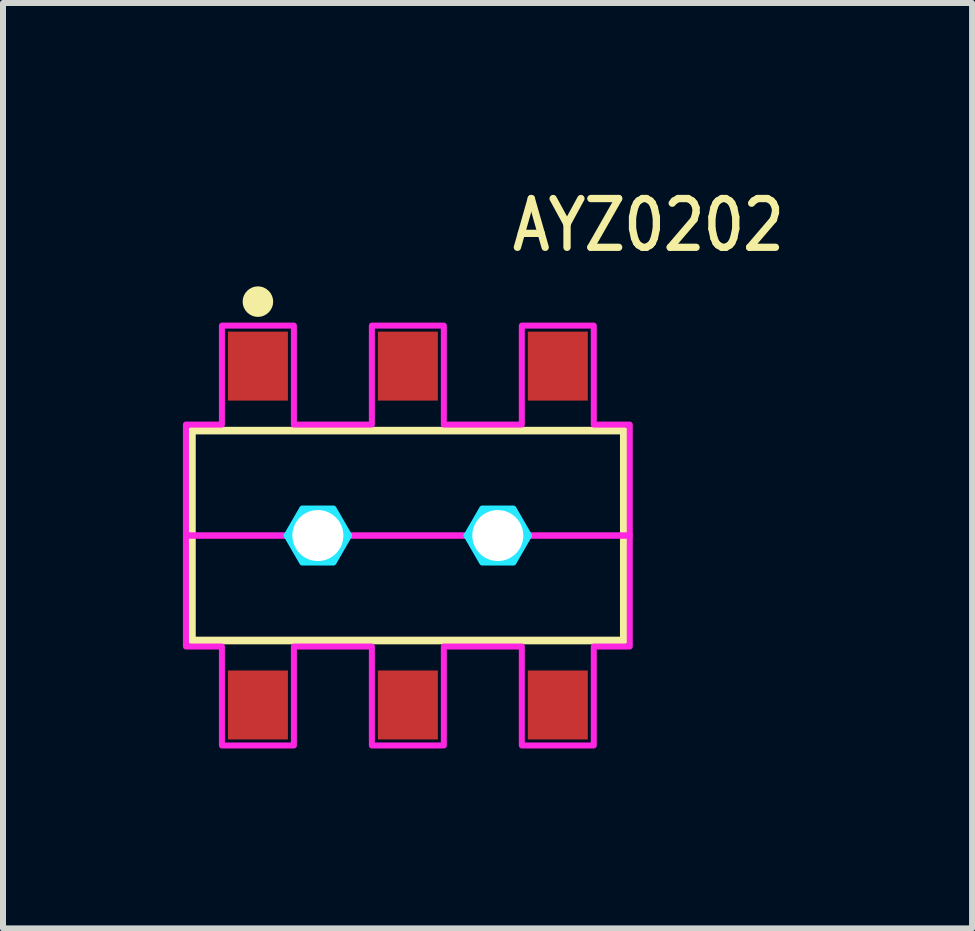
<source format=kicad_pcb>
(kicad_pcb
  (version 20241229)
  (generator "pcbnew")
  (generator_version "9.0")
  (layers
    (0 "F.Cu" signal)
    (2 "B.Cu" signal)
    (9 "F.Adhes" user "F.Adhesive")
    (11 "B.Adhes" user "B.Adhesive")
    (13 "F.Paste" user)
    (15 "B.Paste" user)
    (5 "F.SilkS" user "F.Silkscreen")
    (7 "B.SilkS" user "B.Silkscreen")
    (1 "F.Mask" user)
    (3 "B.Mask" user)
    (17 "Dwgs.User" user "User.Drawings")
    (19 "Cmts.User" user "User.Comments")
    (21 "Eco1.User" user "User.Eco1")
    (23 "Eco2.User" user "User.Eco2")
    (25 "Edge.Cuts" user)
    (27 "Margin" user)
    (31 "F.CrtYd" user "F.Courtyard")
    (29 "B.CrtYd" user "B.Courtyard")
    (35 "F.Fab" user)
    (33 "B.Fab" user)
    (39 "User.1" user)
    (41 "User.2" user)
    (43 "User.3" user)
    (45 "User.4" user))
  (footprint "AYZ0202"
    (layer "F.Cu")
    (at 3.75 5.879)
    (property "Reference" "AYZ0202" (at 1.68 -4.7 0) (unlocked yes) (layer "F.SilkS") (effects (font (size 0.813 0.695) (thickness 0.122)) (justify left bottom)))
    (fp_line (start -3.6 -1.75) (end 3.6 -1.75) (stroke (width 0.127) (type solid)) (layer "F.SilkS"))
    (fp_line (start -3.6 1.75) (end -3.6 -1.75) (stroke (width 0.127) (type solid)) (layer "F.SilkS"))
    (fp_line (start 3.6 -1.75) (end 3.6 1.75) (stroke (width 0.127) (type solid)) (layer "F.SilkS"))
    (fp_line (start 3.6 1.75) (end -3.6 1.75) (stroke (width 0.127) (type solid)) (layer "F.SilkS"))
    (fp_circle (center -2.5 -3.9) (end -2.246 -3.9) (stroke (width 0) (type solid)) (fill yes) (layer "F.SilkS"))
    (fp_poly (pts (xy -2.02 0) (xy -1.76 -0.45) (xy -1.24 -0.45) (xy -0.98 0) (xy -1.065 0) (xy -1.065 -0.000078) (xy -1.065 -0.007) (xy -1.065 -0.007) (xy -1.065 -0.014) (xy -1.065 -0.014) (xy -1.065 -0.02) (xy -1.065 -0.021) (xy -1.066 -0.027) (xy -1.066 -0.027) (xy -1.066 -0.034) (xy -1.066 -0.034) (xy -1.067 -0.041) (xy -1.067 -0.041) (xy -1.068 -0.048) (xy -1.068 -0.048) (xy -1.068 -0.054) (xy -1.068 -0.055) (xy -1.069 -0.061) (xy -1.069 -0.061) (xy -1.07 -0.068) (xy -1.07 -0.068) (xy -1.071 -0.075) (xy -1.071 -0.075) (xy -1.073 -0.081) (xy -1.073 -0.082) (xy -1.074 -0.088) (xy -1.074 -0.088) (xy -1.075 -0.095) (xy -1.075 -0.095) (xy -1.077 -0.101) (xy -1.077 -0.102) (xy -1.079 -0.108) (xy -1.079 -0.108) (xy -1.08 -0.115) (xy -1.08 -0.115) (xy -1.082 -0.121) (xy -1.082 -0.121) (xy -1.084 -0.128) (xy -1.084 -0.128) (xy -1.086 -0.134) (xy -1.086 -0.134) (xy -1.088 -0.141) (xy -1.088 -0.141) (xy -1.091 -0.147) (xy -1.091 -0.147) (xy -1.093 -0.154) (xy -1.093 -0.154) (xy -1.096 -0.16) (xy -1.096 -0.16) (xy -1.098 -0.166) (xy -1.098 -0.167) (xy -1.101 -0.173) (xy -1.101 -0.173) (xy -1.104 -0.179) (xy -1.104 -0.179) (xy -1.106 -0.185) (xy -1.106 -0.185) (xy -1.109 -0.191) (xy -1.109 -0.191) (xy -1.112 -0.197) (xy -1.112 -0.198) (xy -1.116 -0.203) (xy -1.116 -0.204) (xy -1.119 -0.209) (xy -1.119 -0.21) (xy -1.122 -0.215) (xy -1.122 -0.216) (xy -1.126 -0.221) (xy -1.126 -0.222) (xy -1.129 -0.227) (xy -1.129 -0.227) (xy -1.133 -0.233) (xy -1.133 -0.233) (xy -1.136 -0.239) (xy -1.136 -0.239) (xy -1.14 -0.244) (xy -1.14 -0.245) (xy -1.144 -0.25) (xy -1.144 -0.25) (xy -1.148 -0.256) (xy -1.148 -0.256) (xy -1.152 -0.261) (xy -1.152 -0.261) (xy -1.156 -0.267) (xy -1.156 -0.267) (xy -1.16 -0.272) (xy -1.161 -0.272) (xy -1.165 -0.277) (xy -1.165 -0.277) (xy -1.169 -0.282) (xy -1.169 -0.283) (xy -1.174 -0.288) (xy -1.174 -0.288) (xy -1.178 -0.293) (xy -1.178 -0.293) (xy -1.183 -0.298) (xy -1.183 -0.298) (xy -1.188 -0.303) (xy -1.188 -0.303) (xy -1.192 -0.308) (xy -1.192 -0.308) (xy -1.197 -0.312) (xy -1.197 -0.312) (xy -1.202 -0.317) (xy -1.202 -0.317) (xy -1.207 -0.322) (xy -1.207 -0.322) (xy -1.212 -0.326) (xy -1.212 -0.326) (xy -1.217 -0.331) (xy -1.218 -0.331) (xy -1.223 -0.335) (xy -1.223 -0.335) (xy -1.228 -0.339) (xy -1.228 -0.34) (xy -1.233 -0.344) (xy -1.233 -0.344) (xy -1.239 -0.348) (xy -1.239 -0.348) (xy -1.244 -0.352) (xy -1.244 -0.352) (xy -1.25 -0.356) (xy -1.25 -0.356) (xy -1.255 -0.36) (xy -1.256 -0.36) (xy -1.261 -0.364) (xy -1.261 -0.364) (xy -1.267 -0.367) (xy -1.267 -0.367) (xy -1.273 -0.371) (xy -1.273 -0.371) (xy -1.278 -0.374) (xy -1.279 -0.374) (xy -1.284 -0.378) (xy -1.285 -0.378) (xy -1.29 -0.381) (xy -1.291 -0.381) (xy -1.296 -0.384) (xy -1.297 -0.384) (xy -1.302 -0.388) (xy -1.303 -0.388) (xy -1.309 -0.391) (xy -1.309 -0.391) (xy -1.315 -0.394) (xy -1.315 -0.394) (xy -1.321 -0.396) (xy -1.321 -0.396) (xy -1.327 -0.399) (xy -1.327 -0.399) (xy -1.333 -0.402) (xy -1.334 -0.402) (xy -1.34 -0.404) (xy -1.34 -0.404) (xy -1.346 -0.407) (xy -1.346 -0.407) (xy -1.353 -0.409) (xy -1.353 -0.409) (xy -1.359 -0.412) (xy -1.359 -0.412) (xy -1.366 -0.414) (xy -1.366 -0.414) (xy -1.372 -0.416) (xy -1.372 -0.416) (xy -1.379 -0.418) (xy -1.379 -0.418) (xy -1.385 -0.42) (xy -1.385 -0.42) (xy -1.392 -0.421) (xy -1.392 -0.421) (xy -1.398 -0.423) (xy -1.399 -0.423) (xy -1.405 -0.425) (xy -1.405 -0.425) (xy -1.412 -0.426) (xy -1.412 -0.426) (xy -1.418 -0.427) (xy -1.419 -0.427) (xy -1.425 -0.429) (xy -1.425 -0.429) (xy -1.432 -0.43) (xy -1.432 -0.43) (xy -1.439 -0.431) (xy -1.439 -0.431) (xy -1.445 -0.432) (xy -1.446 -0.432) (xy -1.452 -0.432) (xy -1.452 -0.432) (xy -1.459 -0.433) (xy -1.459 -0.433) (xy -1.466 -0.434) (xy -1.466 -0.434) (xy -1.473 -0.434) (xy -1.473 -0.434) (xy -1.479 -0.435) (xy -1.48 -0.435) (xy -1.486 -0.435) (xy -1.486 -0.435) (xy -1.493 -0.435) (xy -1.493 -0.435) (xy -1.5 -0.435) (xy -1.5 -0.435) (xy -1.507 -0.435) (xy -1.507 -0.435) (xy -1.514 -0.435) (xy -1.514 -0.435) (xy -1.52 -0.435) (xy -1.521 -0.435) (xy -1.527 -0.434) (xy -1.527 -0.434) (xy -1.534 -0.434) (xy -1.534 -0.434) (xy -1.541 -0.433) (xy -1.541 -0.433) (xy -1.548 -0.432) (xy -1.548 -0.432) (xy -1.554 -0.432) (xy -1.555 -0.432) (xy -1.561 -0.431) (xy -1.561 -0.431) (xy -1.568 -0.43) (xy -1.568 -0.43) (xy -1.575 -0.429) (xy -1.575 -0.429) (xy -1.581 -0.427) (xy -1.582 -0.427) (xy -1.588 -0.426) (xy -1.588 -0.426) (xy -1.595 -0.425) (xy -1.595 -0.425) (xy -1.601 -0.423) (xy -1.602 -0.423) (xy -1.608 -0.421) (xy -1.608 -0.421) (xy -1.615 -0.42) (xy -1.615 -0.42) (xy -1.621 -0.418) (xy -1.621 -0.418) (xy -1.628 -0.416) (xy -1.628 -0.416) (xy -1.634 -0.414) (xy -1.634 -0.414) (xy -1.641 -0.412) (xy -1.641 -0.412) (xy -1.647 -0.409) (xy -1.647 -0.409) (xy -1.654 -0.407) (xy -1.654 -0.407) (xy -1.66 -0.404) (xy -1.66 -0.404) (xy -1.666 -0.402) (xy -1.667 -0.402) (xy -1.673 -0.399) (xy -1.673 -0.399) (xy -1.679 -0.396) (xy -1.679 -0.396) (xy -1.685 -0.394) (xy -1.685 -0.394) (xy -1.691 -0.391) (xy -1.691 -0.391) (xy -1.697 -0.388) (xy -1.698 -0.388) (xy -1.703 -0.384) (xy -1.704 -0.384) (xy -1.709 -0.381) (xy -1.71 -0.381) (xy -1.715 -0.378) (xy -1.716 -0.378) (xy -1.721 -0.374) (xy -1.722 -0.374) (xy -1.727 -0.371) (xy -1.727 -0.371) (xy -1.733 -0.367) (xy -1.733 -0.367) (xy -1.739 -0.364) (xy -1.739 -0.364) (xy -1.744 -0.36) (xy -1.745 -0.36) (xy -1.75 -0.356) (xy -1.75 -0.356) (xy -1.756 -0.352) (xy -1.756 -0.352) (xy -1.761 -0.348) (xy -1.761 -0.348) (xy -1.767 -0.344) (xy -1.767 -0.344) (xy -1.772 -0.34) (xy -1.772 -0.339) (xy -1.777 -0.335) (xy -1.777 -0.335) (xy -1.782 -0.331) (xy -1.783 -0.331) (xy -1.788 -0.326) (xy -1.788 -0.326) (xy -1.793 -0.322) (xy -1.793 -0.322) (xy -1.798 -0.317) (xy -1.798 -0.317) (xy -1.803 -0.312) (xy -1.803 -0.312) (xy -1.808 -0.308) (xy -1.808 -0.308) (xy -1.812 -0.303) (xy -1.812 -0.303) (xy -1.817 -0.298) (xy -1.817 -0.298) (xy -1.822 -0.293) (xy -1.822 -0.293) (xy -1.826 -0.288) (xy -1.826 -0.288) (xy -1.831 -0.283) (xy -1.831 -0.282) (xy -1.835 -0.277) (xy -1.835 -0.277) (xy -1.839 -0.272) (xy -1.84 -0.272) (xy -1.844 -0.267) (xy -1.844 -0.267) (xy -1.848 -0.261) (xy -1.848 -0.261) (xy -1.852 -0.256) (xy -1.852 -0.256) (xy -1.856 -0.25) (xy -1.856 -0.25) (xy -1.86 -0.245) (xy -1.86 -0.244) (xy -1.864 -0.239) (xy -1.864 -0.239) (xy -1.867 -0.233) (xy -1.867 -0.233) (xy -1.871 -0.227) (xy -1.871 -0.227) (xy -1.874 -0.222) (xy -1.874 -0.221) (xy -1.878 -0.216) (xy -1.878 -0.215) (xy -1.881 -0.21) (xy -1.881 -0.209) (xy -1.884 -0.204) (xy -1.884 -0.203) (xy -1.888 -0.198) (xy -1.888 -0.197) (xy -1.891 -0.191) (xy -1.891 -0.191) (xy -1.894 -0.185) (xy -1.894 -0.185) (xy -1.896 -0.179) (xy -1.896 -0.179) (xy -1.899 -0.173) (xy -1.899 -0.173) (xy -1.902 -0.167) (xy -1.902 -0.166) (xy -1.904 -0.16) (xy -1.904 -0.16) (xy -1.907 -0.154) (xy -1.907 -0.154) (xy -1.909 -0.147) (xy -1.909 -0.147) (xy -1.912 -0.141) (xy -1.912 -0.141) (xy -1.914 -0.134) (xy -1.914 -0.134) (xy -1.916 -0.128) (xy -1.916 -0.128) (xy -1.918 -0.121) (xy -1.918 -0.121) (xy -1.92 -0.115) (xy -1.92 -0.115) (xy -1.921 -0.108) (xy -1.921 -0.108) (xy -1.923 -0.102) (xy -1.923 -0.101) (xy -1.925 -0.095) (xy -1.925 -0.095) (xy -1.926 -0.088) (xy -1.926 -0.088) (xy -1.927 -0.082) (xy -1.927 -0.081) (xy -1.929 -0.075) (xy -1.929 -0.075) (xy -1.93 -0.068) (xy -1.93 -0.068) (xy -1.931 -0.061) (xy -1.931 -0.061) (xy -1.932 -0.055) (xy -1.932 -0.054) (xy -1.932 -0.048) (xy -1.932 -0.048) (xy -1.933 -0.041) (xy -1.933 -0.041) (xy -1.934 -0.034) (xy -1.934 -0.034) (xy -1.934 -0.027) (xy -1.934 -0.027) (xy -1.935 -0.021) (xy -1.935 -0.02) (xy -1.935 -0.014) (xy -1.935 -0.014) (xy -1.935 -0.007) (xy -1.935 -0.007) (xy -1.935 -0.000078) (xy -1.935 0)) (stroke (width 0.1) (type solid)) (fill no) (layer "B.CrtYd"))
    (fp_poly (pts (xy -1.24 0.45) (xy -1.76 0.45) (xy -2.02 0) (xy -1.935 0) (xy -1.935 0.000078) (xy -1.935 0.007) (xy -1.935 0.007) (xy -1.935 0.014) (xy -1.935 0.014) (xy -1.935 0.02) (xy -1.935 0.021) (xy -1.934 0.027) (xy -1.934 0.027) (xy -1.934 0.034) (xy -1.934 0.034) (xy -1.933 0.041) (xy -1.933 0.041) (xy -1.932 0.048) (xy -1.932 0.048) (xy -1.932 0.054) (xy -1.932 0.055) (xy -1.931 0.061) (xy -1.931 0.061) (xy -1.93 0.068) (xy -1.93 0.068) (xy -1.929 0.075) (xy -1.929 0.075) (xy -1.927 0.081) (xy -1.927 0.082) (xy -1.926 0.088) (xy -1.926 0.088) (xy -1.925 0.095) (xy -1.925 0.095) (xy -1.923 0.101) (xy -1.923 0.102) (xy -1.921 0.108) (xy -1.921 0.108) (xy -1.92 0.115) (xy -1.92 0.115) (xy -1.918 0.121) (xy -1.918 0.121) (xy -1.916 0.128) (xy -1.916 0.128) (xy -1.914 0.134) (xy -1.914 0.134) (xy -1.912 0.141) (xy -1.912 0.141) (xy -1.909 0.147) (xy -1.909 0.147) (xy -1.907 0.154) (xy -1.907 0.154) (xy -1.904 0.16) (xy -1.904 0.16) (xy -1.902 0.166) (xy -1.902 0.167) (xy -1.899 0.173) (xy -1.899 0.173) (xy -1.896 0.179) (xy -1.896 0.179) (xy -1.894 0.185) (xy -1.894 0.185) (xy -1.891 0.191) (xy -1.891 0.191) (xy -1.888 0.197) (xy -1.888 0.198) (xy -1.884 0.203) (xy -1.884 0.204) (xy -1.881 0.209) (xy -1.881 0.21) (xy -1.878 0.215) (xy -1.878 0.216) (xy -1.874 0.221) (xy -1.874 0.222) (xy -1.871 0.227) (xy -1.871 0.227) (xy -1.867 0.233) (xy -1.867 0.233) (xy -1.864 0.239) (xy -1.864 0.239) (xy -1.86 0.244) (xy -1.86 0.245) (xy -1.856 0.25) (xy -1.856 0.25) (xy -1.852 0.256) (xy -1.852 0.256) (xy -1.848 0.261) (xy -1.848 0.261) (xy -1.844 0.267) (xy -1.844 0.267) (xy -1.84 0.272) (xy -1.839 0.272) (xy -1.835 0.277) (xy -1.835 0.277) (xy -1.831 0.282) (xy -1.831 0.283) (xy -1.826 0.288) (xy -1.826 0.288) (xy -1.822 0.293) (xy -1.822 0.293) (xy -1.817 0.298) (xy -1.817 0.298) (xy -1.812 0.303) (xy -1.812 0.303) (xy -1.808 0.308) (xy -1.808 0.308) (xy -1.803 0.312) (xy -1.803 0.312) (xy -1.798 0.317) (xy -1.798 0.317) (xy -1.793 0.322) (xy -1.793 0.322) (xy -1.788 0.326) (xy -1.788 0.326) (xy -1.783 0.331) (xy -1.782 0.331) (xy -1.777 0.335) (xy -1.777 0.335) (xy -1.772 0.339) (xy -1.772 0.34) (xy -1.767 0.344) (xy -1.767 0.344) (xy -1.761 0.348) (xy -1.761 0.348) (xy -1.756 0.352) (xy -1.756 0.352) (xy -1.75 0.356) (xy -1.75 0.356) (xy -1.745 0.36) (xy -1.744 0.36) (xy -1.739 0.364) (xy -1.739 0.364) (xy -1.733 0.367) (xy -1.733 0.367) (xy -1.727 0.371) (xy -1.727 0.371) (xy -1.722 0.374) (xy -1.721 0.374) (xy -1.716 0.378) (xy -1.715 0.378) (xy -1.71 0.381) (xy -1.709 0.381) (xy -1.704 0.384) (xy -1.703 0.384) (xy -1.698 0.388) (xy -1.697 0.388) (xy -1.691 0.391) (xy -1.691 0.391) (xy -1.685 0.394) (xy -1.685 0.394) (xy -1.679 0.396) (xy -1.679 0.396) (xy -1.673 0.399) (xy -1.673 0.399) (xy -1.667 0.402) (xy -1.666 0.402) (xy -1.66 0.404) (xy -1.66 0.404) (xy -1.654 0.407) (xy -1.654 0.407) (xy -1.647 0.409) (xy -1.647 0.409) (xy -1.641 0.412) (xy -1.641 0.412) (xy -1.634 0.414) (xy -1.634 0.414) (xy -1.628 0.416) (xy -1.628 0.416) (xy -1.621 0.418) (xy -1.621 0.418) (xy -1.615 0.42) (xy -1.615 0.42) (xy -1.608 0.421) (xy -1.608 0.421) (xy -1.602 0.423) (xy -1.601 0.423) (xy -1.595 0.425) (xy -1.595 0.425) (xy -1.588 0.426) (xy -1.588 0.426) (xy -1.582 0.427) (xy -1.581 0.427) (xy -1.575 0.429) (xy -1.575 0.429) (xy -1.568 0.43) (xy -1.568 0.43) (xy -1.561 0.431) (xy -1.561 0.431) (xy -1.555 0.432) (xy -1.554 0.432) (xy -1.548 0.432) (xy -1.548 0.432) (xy -1.541 0.433) (xy -1.541 0.433) (xy -1.534 0.434) (xy -1.534 0.434) (xy -1.527 0.434) (xy -1.527 0.434) (xy -1.521 0.435) (xy -1.52 0.435) (xy -1.514 0.435) (xy -1.514 0.435) (xy -1.507 0.435) (xy -1.507 0.435) (xy -1.5 0.435) (xy -1.5 0.435) (xy -1.493 0.435) (xy -1.493 0.435) (xy -1.486 0.435) (xy -1.486 0.435) (xy -1.48 0.435) (xy -1.479 0.435) (xy -1.473 0.434) (xy -1.473 0.434) (xy -1.466 0.434) (xy -1.466 0.434) (xy -1.459 0.433) (xy -1.459 0.433) (xy -1.452 0.432) (xy -1.452 0.432) (xy -1.446 0.432) (xy -1.445 0.432) (xy -1.439 0.431) (xy -1.439 0.431) (xy -1.432 0.43) (xy -1.432 0.43) (xy -1.425 0.429) (xy -1.425 0.429) (xy -1.419 0.427) (xy -1.418 0.427) (xy -1.412 0.426) (xy -1.412 0.426) (xy -1.405 0.425) (xy -1.405 0.425) (xy -1.399 0.423) (xy -1.398 0.423) (xy -1.392 0.421) (xy -1.392 0.421) (xy -1.385 0.42) (xy -1.385 0.42) (xy -1.379 0.418) (xy -1.379 0.418) (xy -1.372 0.416) (xy -1.372 0.416) (xy -1.366 0.414) (xy -1.366 0.414) (xy -1.359 0.412) (xy -1.359 0.412) (xy -1.353 0.409) (xy -1.353 0.409) (xy -1.346 0.407) (xy -1.346 0.407) (xy -1.34 0.404) (xy -1.34 0.404) (xy -1.334 0.402) (xy -1.333 0.402) (xy -1.327 0.399) (xy -1.327 0.399) (xy -1.321 0.396) (xy -1.321 0.396) (xy -1.315 0.394) (xy -1.315 0.394) (xy -1.309 0.391) (xy -1.309 0.391) (xy -1.303 0.388) (xy -1.302 0.388) (xy -1.297 0.384) (xy -1.296 0.384) (xy -1.291 0.381) (xy -1.29 0.381) (xy -1.285 0.378) (xy -1.284 0.378) (xy -1.279 0.374) (xy -1.278 0.374) (xy -1.273 0.371) (xy -1.273 0.371) (xy -1.267 0.367) (xy -1.267 0.367) (xy -1.261 0.364) (xy -1.261 0.364) (xy -1.256 0.36) (xy -1.255 0.36) (xy -1.25 0.356) (xy -1.25 0.356) (xy -1.244 0.352) (xy -1.244 0.352) (xy -1.239 0.348) (xy -1.239 0.348) (xy -1.233 0.344) (xy -1.233 0.344) (xy -1.228 0.34) (xy -1.228 0.339) (xy -1.223 0.335) (xy -1.223 0.335) (xy -1.218 0.331) (xy -1.217 0.331) (xy -1.212 0.326) (xy -1.212 0.326) (xy -1.207 0.322) (xy -1.207 0.322) (xy -1.202 0.317) (xy -1.202 0.317) (xy -1.197 0.312) (xy -1.197 0.312) (xy -1.192 0.308) (xy -1.192 0.308) (xy -1.188 0.303) (xy -1.188 0.303) (xy -1.183 0.298) (xy -1.183 0.298) (xy -1.178 0.293) (xy -1.178 0.293) (xy -1.174 0.288) (xy -1.174 0.288) (xy -1.169 0.283) (xy -1.169 0.282) (xy -1.165 0.277) (xy -1.165 0.277) (xy -1.161 0.272) (xy -1.16 0.272) (xy -1.156 0.267) (xy -1.156 0.267) (xy -1.152 0.261) (xy -1.152 0.261) (xy -1.148 0.256) (xy -1.148 0.256) (xy -1.144 0.25) (xy -1.144 0.25) (xy -1.14 0.245) (xy -1.14 0.244) (xy -1.136 0.239) (xy -1.136 0.239) (xy -1.133 0.233) (xy -1.133 0.233) (xy -1.129 0.227) (xy -1.129 0.227) (xy -1.126 0.222) (xy -1.126 0.221) (xy -1.122 0.216) (xy -1.122 0.215) (xy -1.119 0.21) (xy -1.119 0.209) (xy -1.116 0.204) (xy -1.116 0.203) (xy -1.112 0.198) (xy -1.112 0.197) (xy -1.109 0.191) (xy -1.109 0.191) (xy -1.106 0.185) (xy -1.106 0.185) (xy -1.104 0.179) (xy -1.104 0.179) (xy -1.101 0.173) (xy -1.101 0.173) (xy -1.098 0.167) (xy -1.098 0.166) (xy -1.096 0.16) (xy -1.096 0.16) (xy -1.093 0.154) (xy -1.093 0.154) (xy -1.091 0.147) (xy -1.091 0.147) (xy -1.088 0.141) (xy -1.088 0.141) (xy -1.086 0.134) (xy -1.086 0.134) (xy -1.084 0.128) (xy -1.084 0.128) (xy -1.082 0.121) (xy -1.082 0.121) (xy -1.08 0.115) (xy -1.08 0.115) (xy -1.079 0.108) (xy -1.079 0.108) (xy -1.077 0.102) (xy -1.077 0.101) (xy -1.075 0.095) (xy -1.075 0.095) (xy -1.074 0.088) (xy -1.074 0.088) (xy -1.073 0.082) (xy -1.073 0.081) (xy -1.071 0.075) (xy -1.071 0.075) (xy -1.07 0.068) (xy -1.07 0.068) (xy -1.069 0.061) (xy -1.069 0.061) (xy -1.068 0.055) (xy -1.068 0.054) (xy -1.068 0.048) (xy -1.068 0.048) (xy -1.067 0.041) (xy -1.067 0.041) (xy -1.066 0.034) (xy -1.066 0.034) (xy -1.066 0.027) (xy -1.066 0.027) (xy -1.065 0.021) (xy -1.065 0.02) (xy -1.065 0.014) (xy -1.065 0.014) (xy -1.065 0.007) (xy -1.065 0.007) (xy -1.065 0.000078) (xy -1.065 0) (xy -0.98 0)) (stroke (width 0.1) (type solid)) (fill no) (layer "B.CrtYd"))
    (fp_poly (pts (xy 0.98 0) (xy 1.24 -0.45) (xy 1.76 -0.45) (xy 2.02 0) (xy 1.935 0) (xy 1.935 -0.000078) (xy 1.935 -0.007) (xy 1.935 -0.007) (xy 1.935 -0.014) (xy 1.935 -0.014) (xy 1.935 -0.02) (xy 1.935 -0.021) (xy 1.934 -0.027) (xy 1.934 -0.027) (xy 1.934 -0.034) (xy 1.934 -0.034) (xy 1.933 -0.041) (xy 1.933 -0.041) (xy 1.932 -0.048) (xy 1.932 -0.048) (xy 1.932 -0.054) (xy 1.932 -0.055) (xy 1.931 -0.061) (xy 1.931 -0.061) (xy 1.93 -0.068) (xy 1.93 -0.068) (xy 1.929 -0.075) (xy 1.929 -0.075) (xy 1.927 -0.081) (xy 1.927 -0.082) (xy 1.926 -0.088) (xy 1.926 -0.088) (xy 1.925 -0.095) (xy 1.925 -0.095) (xy 1.923 -0.101) (xy 1.923 -0.102) (xy 1.921 -0.108) (xy 1.921 -0.108) (xy 1.92 -0.115) (xy 1.92 -0.115) (xy 1.918 -0.121) (xy 1.918 -0.121) (xy 1.916 -0.128) (xy 1.916 -0.128) (xy 1.914 -0.134) (xy 1.914 -0.134) (xy 1.912 -0.141) (xy 1.912 -0.141) (xy 1.909 -0.147) (xy 1.909 -0.147) (xy 1.907 -0.154) (xy 1.907 -0.154) (xy 1.904 -0.16) (xy 1.904 -0.16) (xy 1.902 -0.166) (xy 1.902 -0.167) (xy 1.899 -0.173) (xy 1.899 -0.173) (xy 1.896 -0.179) (xy 1.896 -0.179) (xy 1.894 -0.185) (xy 1.894 -0.185) (xy 1.891 -0.191) (xy 1.891 -0.191) (xy 1.888 -0.197) (xy 1.888 -0.198) (xy 1.884 -0.203) (xy 1.884 -0.204) (xy 1.881 -0.209) (xy 1.881 -0.21) (xy 1.878 -0.215) (xy 1.878 -0.216) (xy 1.874 -0.221) (xy 1.874 -0.222) (xy 1.871 -0.227) (xy 1.871 -0.227) (xy 1.867 -0.233) (xy 1.867 -0.233) (xy 1.864 -0.239) (xy 1.864 -0.239) (xy 1.86 -0.244) (xy 1.86 -0.245) (xy 1.856 -0.25) (xy 1.856 -0.25) (xy 1.852 -0.256) (xy 1.852 -0.256) (xy 1.848 -0.261) (xy 1.848 -0.261) (xy 1.844 -0.267) (xy 1.844 -0.267) (xy 1.84 -0.272) (xy 1.839 -0.272) (xy 1.835 -0.277) (xy 1.835 -0.277) (xy 1.831 -0.282) (xy 1.831 -0.283) (xy 1.826 -0.288) (xy 1.826 -0.288) (xy 1.822 -0.293) (xy 1.822 -0.293) (xy 1.817 -0.298) (xy 1.817 -0.298) (xy 1.812 -0.303) (xy 1.812 -0.303) (xy 1.808 -0.308) (xy 1.808 -0.308) (xy 1.803 -0.312) (xy 1.803 -0.312) (xy 1.798 -0.317) (xy 1.798 -0.317) (xy 1.793 -0.322) (xy 1.793 -0.322) (xy 1.788 -0.326) (xy 1.788 -0.326) (xy 1.783 -0.331) (xy 1.782 -0.331) (xy 1.777 -0.335) (xy 1.777 -0.335) (xy 1.772 -0.339) (xy 1.772 -0.34) (xy 1.767 -0.344) (xy 1.767 -0.344) (xy 1.761 -0.348) (xy 1.761 -0.348) (xy 1.756 -0.352) (xy 1.756 -0.352) (xy 1.75 -0.356) (xy 1.75 -0.356) (xy 1.745 -0.36) (xy 1.744 -0.36) (xy 1.739 -0.364) (xy 1.739 -0.364) (xy 1.733 -0.367) (xy 1.733 -0.367) (xy 1.727 -0.371) (xy 1.727 -0.371) (xy 1.722 -0.374) (xy 1.721 -0.374) (xy 1.716 -0.378) (xy 1.715 -0.378) (xy 1.71 -0.381) (xy 1.709 -0.381) (xy 1.704 -0.384) (xy 1.703 -0.384) (xy 1.698 -0.388) (xy 1.697 -0.388) (xy 1.691 -0.391) (xy 1.691 -0.391) (xy 1.685 -0.394) (xy 1.685 -0.394) (xy 1.679 -0.396) (xy 1.679 -0.396) (xy 1.673 -0.399) (xy 1.673 -0.399) (xy 1.667 -0.402) (xy 1.666 -0.402) (xy 1.66 -0.404) (xy 1.66 -0.404) (xy 1.654 -0.407) (xy 1.654 -0.407) (xy 1.647 -0.409) (xy 1.647 -0.409) (xy 1.641 -0.412) (xy 1.641 -0.412) (xy 1.634 -0.414) (xy 1.634 -0.414) (xy 1.628 -0.416) (xy 1.628 -0.416) (xy 1.621 -0.418) (xy 1.621 -0.418) (xy 1.615 -0.42) (xy 1.615 -0.42) (xy 1.608 -0.421) (xy 1.608 -0.421) (xy 1.602 -0.423) (xy 1.601 -0.423) (xy 1.595 -0.425) (xy 1.595 -0.425) (xy 1.588 -0.426) (xy 1.588 -0.426) (xy 1.582 -0.427) (xy 1.581 -0.427) (xy 1.575 -0.429) (xy 1.575 -0.429) (xy 1.568 -0.43) (xy 1.568 -0.43) (xy 1.561 -0.431) (xy 1.561 -0.431) (xy 1.555 -0.432) (xy 1.554 -0.432) (xy 1.548 -0.432) (xy 1.548 -0.432) (xy 1.541 -0.433) (xy 1.541 -0.433) (xy 1.534 -0.434) (xy 1.534 -0.434) (xy 1.527 -0.434) (xy 1.527 -0.434) (xy 1.521 -0.435) (xy 1.52 -0.435) (xy 1.514 -0.435) (xy 1.514 -0.435) (xy 1.507 -0.435) (xy 1.507 -0.435) (xy 1.5 -0.435) (xy 1.5 -0.435) (xy 1.493 -0.435) (xy 1.493 -0.435) (xy 1.486 -0.435) (xy 1.486 -0.435) (xy 1.48 -0.435) (xy 1.479 -0.435) (xy 1.473 -0.434) (xy 1.473 -0.434) (xy 1.466 -0.434) (xy 1.466 -0.434) (xy 1.459 -0.433) (xy 1.459 -0.433) (xy 1.452 -0.432) (xy 1.452 -0.432) (xy 1.446 -0.432) (xy 1.445 -0.432) (xy 1.439 -0.431) (xy 1.439 -0.431) (xy 1.432 -0.43) (xy 1.432 -0.43) (xy 1.425 -0.429) (xy 1.425 -0.429) (xy 1.419 -0.427) (xy 1.418 -0.427) (xy 1.412 -0.426) (xy 1.412 -0.426) (xy 1.405 -0.425) (xy 1.405 -0.425) (xy 1.399 -0.423) (xy 1.398 -0.423) (xy 1.392 -0.421) (xy 1.392 -0.421) (xy 1.385 -0.42) (xy 1.385 -0.42) (xy 1.379 -0.418) (xy 1.379 -0.418) (xy 1.372 -0.416) (xy 1.372 -0.416) (xy 1.366 -0.414) (xy 1.366 -0.414) (xy 1.359 -0.412) (xy 1.359 -0.412) (xy 1.353 -0.409) (xy 1.353 -0.409) (xy 1.346 -0.407) (xy 1.346 -0.407) (xy 1.34 -0.404) (xy 1.34 -0.404) (xy 1.334 -0.402) (xy 1.333 -0.402) (xy 1.327 -0.399) (xy 1.327 -0.399) (xy 1.321 -0.396) (xy 1.321 -0.396) (xy 1.315 -0.394) (xy 1.315 -0.394) (xy 1.309 -0.391) (xy 1.309 -0.391) (xy 1.303 -0.388) (xy 1.302 -0.388) (xy 1.297 -0.384) (xy 1.296 -0.384) (xy 1.291 -0.381) (xy 1.29 -0.381) (xy 1.285 -0.378) (xy 1.284 -0.378) (xy 1.279 -0.374) (xy 1.278 -0.374) (xy 1.273 -0.371) (xy 1.273 -0.371) (xy 1.267 -0.367) (xy 1.267 -0.367) (xy 1.261 -0.364) (xy 1.261 -0.364) (xy 1.256 -0.36) (xy 1.255 -0.36) (xy 1.25 -0.356) (xy 1.25 -0.356) (xy 1.244 -0.352) (xy 1.244 -0.352) (xy 1.239 -0.348) (xy 1.239 -0.348) (xy 1.233 -0.344) (xy 1.233 -0.344) (xy 1.228 -0.34) (xy 1.228 -0.339) (xy 1.223 -0.335) (xy 1.223 -0.335) (xy 1.218 -0.331) (xy 1.217 -0.331) (xy 1.212 -0.326) (xy 1.212 -0.326) (xy 1.207 -0.322) (xy 1.207 -0.322) (xy 1.202 -0.317) (xy 1.202 -0.317) (xy 1.197 -0.312) (xy 1.197 -0.312) (xy 1.192 -0.308) (xy 1.192 -0.308) (xy 1.188 -0.303) (xy 1.188 -0.303) (xy 1.183 -0.298) (xy 1.183 -0.298) (xy 1.178 -0.293) (xy 1.178 -0.293) (xy 1.174 -0.288) (xy 1.174 -0.288) (xy 1.169 -0.283) (xy 1.169 -0.282) (xy 1.165 -0.277) (xy 1.165 -0.277) (xy 1.161 -0.272) (xy 1.16 -0.272) (xy 1.156 -0.267) (xy 1.156 -0.267) (xy 1.152 -0.261) (xy 1.152 -0.261) (xy 1.148 -0.256) (xy 1.148 -0.256) (xy 1.144 -0.25) (xy 1.144 -0.25) (xy 1.14 -0.245) (xy 1.14 -0.244) (xy 1.136 -0.239) (xy 1.136 -0.239) (xy 1.133 -0.233) (xy 1.133 -0.233) (xy 1.129 -0.227) (xy 1.129 -0.227) (xy 1.126 -0.222) (xy 1.126 -0.221) (xy 1.122 -0.216) (xy 1.122 -0.215) (xy 1.119 -0.21) (xy 1.119 -0.209) (xy 1.116 -0.204) (xy 1.116 -0.203) (xy 1.112 -0.198) (xy 1.112 -0.197) (xy 1.109 -0.191) (xy 1.109 -0.191) (xy 1.106 -0.185) (xy 1.106 -0.185) (xy 1.104 -0.179) (xy 1.104 -0.179) (xy 1.101 -0.173) (xy 1.101 -0.173) (xy 1.098 -0.167) (xy 1.098 -0.166) (xy 1.096 -0.16) (xy 1.096 -0.16) (xy 1.093 -0.154) (xy 1.093 -0.154) (xy 1.091 -0.147) (xy 1.091 -0.147) (xy 1.088 -0.141) (xy 1.088 -0.141) (xy 1.086 -0.134) (xy 1.086 -0.134) (xy 1.084 -0.128) (xy 1.084 -0.128) (xy 1.082 -0.121) (xy 1.082 -0.121) (xy 1.08 -0.115) (xy 1.08 -0.115) (xy 1.079 -0.108) (xy 1.079 -0.108) (xy 1.077 -0.102) (xy 1.077 -0.101) (xy 1.075 -0.095) (xy 1.075 -0.095) (xy 1.074 -0.088) (xy 1.074 -0.088) (xy 1.073 -0.082) (xy 1.073 -0.081) (xy 1.071 -0.075) (xy 1.071 -0.075) (xy 1.07 -0.068) (xy 1.07 -0.068) (xy 1.069 -0.061) (xy 1.069 -0.061) (xy 1.068 -0.055) (xy 1.068 -0.054) (xy 1.068 -0.048) (xy 1.068 -0.048) (xy 1.067 -0.041) (xy 1.067 -0.041) (xy 1.066 -0.034) (xy 1.066 -0.034) (xy 1.066 -0.027) (xy 1.066 -0.027) (xy 1.065 -0.021) (xy 1.065 -0.02) (xy 1.065 -0.014) (xy 1.065 -0.014) (xy 1.065 -0.007) (xy 1.065 -0.007) (xy 1.065 -0.000078) (xy 1.065 0)) (stroke (width 0.1) (type solid)) (fill no) (layer "B.CrtYd"))
    (fp_poly (pts (xy 1.76 0.45) (xy 1.24 0.45) (xy 0.98 0) (xy 1.065 0) (xy 1.065 0.000078) (xy 1.065 0.007) (xy 1.065 0.007) (xy 1.065 0.014) (xy 1.065 0.014) (xy 1.065 0.02) (xy 1.065 0.021) (xy 1.066 0.027) (xy 1.066 0.027) (xy 1.066 0.034) (xy 1.066 0.034) (xy 1.067 0.041) (xy 1.067 0.041) (xy 1.068 0.048) (xy 1.068 0.048) (xy 1.068 0.054) (xy 1.068 0.055) (xy 1.069 0.061) (xy 1.069 0.061) (xy 1.07 0.068) (xy 1.07 0.068) (xy 1.071 0.075) (xy 1.071 0.075) (xy 1.073 0.081) (xy 1.073 0.082) (xy 1.074 0.088) (xy 1.074 0.088) (xy 1.075 0.095) (xy 1.075 0.095) (xy 1.077 0.101) (xy 1.077 0.102) (xy 1.079 0.108) (xy 1.079 0.108) (xy 1.08 0.115) (xy 1.08 0.115) (xy 1.082 0.121) (xy 1.082 0.121) (xy 1.084 0.128) (xy 1.084 0.128) (xy 1.086 0.134) (xy 1.086 0.134) (xy 1.088 0.141) (xy 1.088 0.141) (xy 1.091 0.147) (xy 1.091 0.147) (xy 1.093 0.154) (xy 1.093 0.154) (xy 1.096 0.16) (xy 1.096 0.16) (xy 1.098 0.166) (xy 1.098 0.167) (xy 1.101 0.173) (xy 1.101 0.173) (xy 1.104 0.179) (xy 1.104 0.179) (xy 1.106 0.185) (xy 1.106 0.185) (xy 1.109 0.191) (xy 1.109 0.191) (xy 1.112 0.197) (xy 1.112 0.198) (xy 1.116 0.203) (xy 1.116 0.204) (xy 1.119 0.209) (xy 1.119 0.21) (xy 1.122 0.215) (xy 1.122 0.216) (xy 1.126 0.221) (xy 1.126 0.222) (xy 1.129 0.227) (xy 1.129 0.227) (xy 1.133 0.233) (xy 1.133 0.233) (xy 1.136 0.239) (xy 1.136 0.239) (xy 1.14 0.244) (xy 1.14 0.245) (xy 1.144 0.25) (xy 1.144 0.25) (xy 1.148 0.256) (xy 1.148 0.256) (xy 1.152 0.261) (xy 1.152 0.261) (xy 1.156 0.267) (xy 1.156 0.267) (xy 1.16 0.272) (xy 1.161 0.272) (xy 1.165 0.277) (xy 1.165 0.277) (xy 1.169 0.282) (xy 1.169 0.283) (xy 1.174 0.288) (xy 1.174 0.288) (xy 1.178 0.293) (xy 1.178 0.293) (xy 1.183 0.298) (xy 1.183 0.298) (xy 1.188 0.303) (xy 1.188 0.303) (xy 1.192 0.308) (xy 1.192 0.308) (xy 1.197 0.312) (xy 1.197 0.312) (xy 1.202 0.317) (xy 1.202 0.317) (xy 1.207 0.322) (xy 1.207 0.322) (xy 1.212 0.326) (xy 1.212 0.326) (xy 1.217 0.331) (xy 1.218 0.331) (xy 1.223 0.335) (xy 1.223 0.335) (xy 1.228 0.339) (xy 1.228 0.34) (xy 1.233 0.344) (xy 1.233 0.344) (xy 1.239 0.348) (xy 1.239 0.348) (xy 1.244 0.352) (xy 1.244 0.352) (xy 1.25 0.356) (xy 1.25 0.356) (xy 1.255 0.36) (xy 1.256 0.36) (xy 1.261 0.364) (xy 1.261 0.364) (xy 1.267 0.367) (xy 1.267 0.367) (xy 1.273 0.371) (xy 1.273 0.371) (xy 1.278 0.374) (xy 1.279 0.374) (xy 1.284 0.378) (xy 1.285 0.378) (xy 1.29 0.381) (xy 1.291 0.381) (xy 1.296 0.384) (xy 1.297 0.384) (xy 1.302 0.388) (xy 1.303 0.388) (xy 1.309 0.391) (xy 1.309 0.391) (xy 1.315 0.394) (xy 1.315 0.394) (xy 1.321 0.396) (xy 1.321 0.396) (xy 1.327 0.399) (xy 1.327 0.399) (xy 1.333 0.402) (xy 1.334 0.402) (xy 1.34 0.404) (xy 1.34 0.404) (xy 1.346 0.407) (xy 1.346 0.407) (xy 1.353 0.409) (xy 1.353 0.409) (xy 1.359 0.412) (xy 1.359 0.412) (xy 1.366 0.414) (xy 1.366 0.414) (xy 1.372 0.416) (xy 1.372 0.416) (xy 1.379 0.418) (xy 1.379 0.418) (xy 1.385 0.42) (xy 1.385 0.42) (xy 1.392 0.421) (xy 1.392 0.421) (xy 1.398 0.423) (xy 1.399 0.423) (xy 1.405 0.425) (xy 1.405 0.425) (xy 1.412 0.426) (xy 1.412 0.426) (xy 1.418 0.427) (xy 1.419 0.427) (xy 1.425 0.429) (xy 1.425 0.429) (xy 1.432 0.43) (xy 1.432 0.43) (xy 1.439 0.431) (xy 1.439 0.431) (xy 1.445 0.432) (xy 1.446 0.432) (xy 1.452 0.432) (xy 1.452 0.432) (xy 1.459 0.433) (xy 1.459 0.433) (xy 1.466 0.434) (xy 1.466 0.434) (xy 1.473 0.434) (xy 1.473 0.434) (xy 1.479 0.435) (xy 1.48 0.435) (xy 1.486 0.435) (xy 1.486 0.435) (xy 1.493 0.435) (xy 1.493 0.435) (xy 1.5 0.435) (xy 1.5 0.435) (xy 1.507 0.435) (xy 1.507 0.435) (xy 1.514 0.435) (xy 1.514 0.435) (xy 1.52 0.435) (xy 1.521 0.435) (xy 1.527 0.434) (xy 1.527 0.434) (xy 1.534 0.434) (xy 1.534 0.434) (xy 1.541 0.433) (xy 1.541 0.433) (xy 1.548 0.432) (xy 1.548 0.432) (xy 1.554 0.432) (xy 1.555 0.432) (xy 1.561 0.431) (xy 1.561 0.431) (xy 1.568 0.43) (xy 1.568 0.43) (xy 1.575 0.429) (xy 1.575 0.429) (xy 1.581 0.427) (xy 1.582 0.427) (xy 1.588 0.426) (xy 1.588 0.426) (xy 1.595 0.425) (xy 1.595 0.425) (xy 1.601 0.423) (xy 1.602 0.423) (xy 1.608 0.421) (xy 1.608 0.421) (xy 1.615 0.42) (xy 1.615 0.42) (xy 1.621 0.418) (xy 1.621 0.418) (xy 1.628 0.416) (xy 1.628 0.416) (xy 1.634 0.414) (xy 1.634 0.414) (xy 1.641 0.412) (xy 1.641 0.412) (xy 1.647 0.409) (xy 1.647 0.409) (xy 1.654 0.407) (xy 1.654 0.407) (xy 1.66 0.404) (xy 1.66 0.404) (xy 1.666 0.402) (xy 1.667 0.402) (xy 1.673 0.399) (xy 1.673 0.399) (xy 1.679 0.396) (xy 1.679 0.396) (xy 1.685 0.394) (xy 1.685 0.394) (xy 1.691 0.391) (xy 1.691 0.391) (xy 1.697 0.388) (xy 1.698 0.388) (xy 1.703 0.384) (xy 1.704 0.384) (xy 1.709 0.381) (xy 1.71 0.381) (xy 1.715 0.378) (xy 1.716 0.378) (xy 1.721 0.374) (xy 1.722 0.374) (xy 1.727 0.371) (xy 1.727 0.371) (xy 1.733 0.367) (xy 1.733 0.367) (xy 1.739 0.364) (xy 1.739 0.364) (xy 1.744 0.36) (xy 1.745 0.36) (xy 1.75 0.356) (xy 1.75 0.356) (xy 1.756 0.352) (xy 1.756 0.352) (xy 1.761 0.348) (xy 1.761 0.348) (xy 1.767 0.344) (xy 1.767 0.344) (xy 1.772 0.34) (xy 1.772 0.339) (xy 1.777 0.335) (xy 1.777 0.335) (xy 1.782 0.331) (xy 1.783 0.331) (xy 1.788 0.326) (xy 1.788 0.326) (xy 1.793 0.322) (xy 1.793 0.322) (xy 1.798 0.317) (xy 1.798 0.317) (xy 1.803 0.312) (xy 1.803 0.312) (xy 1.808 0.308) (xy 1.808 0.308) (xy 1.812 0.303) (xy 1.812 0.303) (xy 1.817 0.298) (xy 1.817 0.298) (xy 1.822 0.293) (xy 1.822 0.293) (xy 1.826 0.288) (xy 1.826 0.288) (xy 1.831 0.283) (xy 1.831 0.282) (xy 1.835 0.277) (xy 1.835 0.277) (xy 1.839 0.272) (xy 1.84 0.272) (xy 1.844 0.267) (xy 1.844 0.267) (xy 1.848 0.261) (xy 1.848 0.261) (xy 1.852 0.256) (xy 1.852 0.256) (xy 1.856 0.25) (xy 1.856 0.25) (xy 1.86 0.245) (xy 1.86 0.244) (xy 1.864 0.239) (xy 1.864 0.239) (xy 1.867 0.233) (xy 1.867 0.233) (xy 1.871 0.227) (xy 1.871 0.227) (xy 1.874 0.222) (xy 1.874 0.221) (xy 1.878 0.216) (xy 1.878 0.215) (xy 1.881 0.21) (xy 1.881 0.209) (xy 1.884 0.204) (xy 1.884 0.203) (xy 1.888 0.198) (xy 1.888 0.197) (xy 1.891 0.191) (xy 1.891 0.191) (xy 1.894 0.185) (xy 1.894 0.185) (xy 1.896 0.179) (xy 1.896 0.179) (xy 1.899 0.173) (xy 1.899 0.173) (xy 1.902 0.167) (xy 1.902 0.166) (xy 1.904 0.16) (xy 1.904 0.16) (xy 1.907 0.154) (xy 1.907 0.154) (xy 1.909 0.147) (xy 1.909 0.147) (xy 1.912 0.141) (xy 1.912 0.141) (xy 1.914 0.134) (xy 1.914 0.134) (xy 1.916 0.128) (xy 1.916 0.128) (xy 1.918 0.121) (xy 1.918 0.121) (xy 1.92 0.115) (xy 1.92 0.115) (xy 1.921 0.108) (xy 1.921 0.108) (xy 1.923 0.102) (xy 1.923 0.101) (xy 1.925 0.095) (xy 1.925 0.095) (xy 1.926 0.088) (xy 1.926 0.088) (xy 1.927 0.082) (xy 1.927 0.081) (xy 1.929 0.075) (xy 1.929 0.075) (xy 1.93 0.068) (xy 1.93 0.068) (xy 1.931 0.061) (xy 1.931 0.061) (xy 1.932 0.055) (xy 1.932 0.054) (xy 1.932 0.048) (xy 1.932 0.048) (xy 1.933 0.041) (xy 1.933 0.041) (xy 1.934 0.034) (xy 1.934 0.034) (xy 1.934 0.027) (xy 1.934 0.027) (xy 1.935 0.021) (xy 1.935 0.02) (xy 1.935 0.014) (xy 1.935 0.014) (xy 1.935 0.007) (xy 1.935 0.007) (xy 1.935 0.000078) (xy 1.935 0) (xy 2.02 0)) (stroke (width 0.1) (type solid)) (fill no) (layer "B.CrtYd"))
    (fp_poly (pts (xy -3.1 -1.85) (xy -3.1 -3.5) (xy -1.9 -3.5) (xy -1.9 -1.85) (xy -0.6 -1.85) (xy -0.6 -3.5) (xy 0.6 -3.5) (xy 0.6 -1.85) (xy 1.9 -1.85) (xy 1.9 -3.5) (xy 3.1 -3.5) (xy 3.1 -1.85) (xy 3.7 -1.85) (xy 3.7 0) (xy 1.935 0) (xy 1.935 -0.000078) (xy 1.935 -0.007) (xy 1.935 -0.007) (xy 1.935 -0.014) (xy 1.935 -0.014) (xy 1.935 -0.02) (xy 1.935 -0.021) (xy 1.934 -0.027) (xy 1.934 -0.027) (xy 1.934 -0.034) (xy 1.934 -0.034) (xy 1.933 -0.041) (xy 1.933 -0.041) (xy 1.932 -0.048) (xy 1.932 -0.048) (xy 1.932 -0.054) (xy 1.932 -0.055) (xy 1.931 -0.061) (xy 1.931 -0.061) (xy 1.93 -0.068) (xy 1.93 -0.068) (xy 1.929 -0.075) (xy 1.929 -0.075) (xy 1.927 -0.081) (xy 1.927 -0.082) (xy 1.926 -0.088) (xy 1.926 -0.088) (xy 1.925 -0.095) (xy 1.925 -0.095) (xy 1.923 -0.101) (xy 1.923 -0.102) (xy 1.921 -0.108) (xy 1.921 -0.108) (xy 1.92 -0.115) (xy 1.92 -0.115) (xy 1.918 -0.121) (xy 1.918 -0.121) (xy 1.916 -0.128) (xy 1.916 -0.128) (xy 1.914 -0.134) (xy 1.914 -0.134) (xy 1.912 -0.141) (xy 1.912 -0.141) (xy 1.909 -0.147) (xy 1.909 -0.147) (xy 1.907 -0.154) (xy 1.907 -0.154) (xy 1.904 -0.16) (xy 1.904 -0.16) (xy 1.902 -0.166) (xy 1.902 -0.167) (xy 1.899 -0.173) (xy 1.899 -0.173) (xy 1.896 -0.179) (xy 1.896 -0.179) (xy 1.894 -0.185) (xy 1.894 -0.185) (xy 1.891 -0.191) (xy 1.891 -0.191) (xy 1.888 -0.197) (xy 1.888 -0.198) (xy 1.884 -0.203) (xy 1.884 -0.204) (xy 1.881 -0.209) (xy 1.881 -0.21) (xy 1.878 -0.215) (xy 1.878 -0.216) (xy 1.874 -0.221) (xy 1.874 -0.222) (xy 1.871 -0.227) (xy 1.871 -0.227) (xy 1.867 -0.233) (xy 1.867 -0.233) (xy 1.864 -0.239) (xy 1.864 -0.239) (xy 1.86 -0.244) (xy 1.86 -0.245) (xy 1.856 -0.25) (xy 1.856 -0.25) (xy 1.852 -0.256) (xy 1.852 -0.256) (xy 1.848 -0.261) (xy 1.848 -0.261) (xy 1.844 -0.267) (xy 1.844 -0.267) (xy 1.84 -0.272) (xy 1.839 -0.272) (xy 1.835 -0.277) (xy 1.835 -0.277) (xy 1.831 -0.282) (xy 1.831 -0.283) (xy 1.826 -0.288) (xy 1.826 -0.288) (xy 1.822 -0.293) (xy 1.822 -0.293) (xy 1.817 -0.298) (xy 1.817 -0.298) (xy 1.812 -0.303) (xy 1.812 -0.303) (xy 1.808 -0.308) (xy 1.808 -0.308) (xy 1.803 -0.312) (xy 1.803 -0.312) (xy 1.798 -0.317) (xy 1.798 -0.317) (xy 1.793 -0.322) (xy 1.793 -0.322) (xy 1.788 -0.326) (xy 1.788 -0.326) (xy 1.783 -0.331) (xy 1.782 -0.331) (xy 1.777 -0.335) (xy 1.777 -0.335) (xy 1.772 -0.339) (xy 1.772 -0.34) (xy 1.767 -0.344) (xy 1.767 -0.344) (xy 1.761 -0.348) (xy 1.761 -0.348) (xy 1.756 -0.352) (xy 1.756 -0.352) (xy 1.75 -0.356) (xy 1.75 -0.356) (xy 1.745 -0.36) (xy 1.744 -0.36) (xy 1.739 -0.364) (xy 1.739 -0.364) (xy 1.733 -0.367) (xy 1.733 -0.367) (xy 1.727 -0.371) (xy 1.727 -0.371) (xy 1.722 -0.374) (xy 1.721 -0.374) (xy 1.716 -0.378) (xy 1.715 -0.378) (xy 1.71 -0.381) (xy 1.709 -0.381) (xy 1.704 -0.384) (xy 1.703 -0.384) (xy 1.698 -0.388) (xy 1.697 -0.388) (xy 1.691 -0.391) (xy 1.691 -0.391) (xy 1.685 -0.394) (xy 1.685 -0.394) (xy 1.679 -0.396) (xy 1.679 -0.396) (xy 1.673 -0.399) (xy 1.673 -0.399) (xy 1.667 -0.402) (xy 1.666 -0.402) (xy 1.66 -0.404) (xy 1.66 -0.404) (xy 1.654 -0.407) (xy 1.654 -0.407) (xy 1.647 -0.409) (xy 1.647 -0.409) (xy 1.641 -0.412) (xy 1.641 -0.412) (xy 1.634 -0.414) (xy 1.634 -0.414) (xy 1.628 -0.416) (xy 1.628 -0.416) (xy 1.621 -0.418) (xy 1.621 -0.418) (xy 1.615 -0.42) (xy 1.615 -0.42) (xy 1.608 -0.421) (xy 1.608 -0.421) (xy 1.602 -0.423) (xy 1.601 -0.423) (xy 1.595 -0.425) (xy 1.595 -0.425) (xy 1.588 -0.426) (xy 1.588 -0.426) (xy 1.582 -0.427) (xy 1.581 -0.427) (xy 1.575 -0.429) (xy 1.575 -0.429) (xy 1.568 -0.43) (xy 1.568 -0.43) (xy 1.561 -0.431) (xy 1.561 -0.431) (xy 1.555 -0.432) (xy 1.554 -0.432) (xy 1.548 -0.432) (xy 1.548 -0.432) (xy 1.541 -0.433) (xy 1.541 -0.433) (xy 1.534 -0.434) (xy 1.534 -0.434) (xy 1.527 -0.434) (xy 1.527 -0.434) (xy 1.521 -0.435) (xy 1.52 -0.435) (xy 1.514 -0.435) (xy 1.514 -0.435) (xy 1.507 -0.435) (xy 1.507 -0.435) (xy 1.5 -0.435) (xy 1.5 -0.435) (xy 1.493 -0.435) (xy 1.493 -0.435) (xy 1.486 -0.435) (xy 1.486 -0.435) (xy 1.48 -0.435) (xy 1.479 -0.435) (xy 1.473 -0.434) (xy 1.473 -0.434) (xy 1.466 -0.434) (xy 1.466 -0.434) (xy 1.459 -0.433) (xy 1.459 -0.433) (xy 1.452 -0.432) (xy 1.452 -0.432) (xy 1.446 -0.432) (xy 1.445 -0.432) (xy 1.439 -0.431) (xy 1.439 -0.431) (xy 1.432 -0.43) (xy 1.432 -0.43) (xy 1.425 -0.429) (xy 1.425 -0.429) (xy 1.419 -0.427) (xy 1.418 -0.427) (xy 1.412 -0.426) (xy 1.412 -0.426) (xy 1.405 -0.425) (xy 1.405 -0.425) (xy 1.399 -0.423) (xy 1.398 -0.423) (xy 1.392 -0.421) (xy 1.392 -0.421) (xy 1.385 -0.42) (xy 1.385 -0.42) (xy 1.379 -0.418) (xy 1.379 -0.418) (xy 1.372 -0.416) (xy 1.372 -0.416) (xy 1.366 -0.414) (xy 1.366 -0.414) (xy 1.359 -0.412) (xy 1.359 -0.412) (xy 1.353 -0.409) (xy 1.353 -0.409) (xy 1.346 -0.407) (xy 1.346 -0.407) (xy 1.34 -0.404) (xy 1.34 -0.404) (xy 1.334 -0.402) (xy 1.333 -0.402) (xy 1.327 -0.399) (xy 1.327 -0.399) (xy 1.321 -0.396) (xy 1.321 -0.396) (xy 1.315 -0.394) (xy 1.315 -0.394) (xy 1.309 -0.391) (xy 1.309 -0.391) (xy 1.303 -0.388) (xy 1.302 -0.388) (xy 1.297 -0.384) (xy 1.296 -0.384) (xy 1.291 -0.381) (xy 1.29 -0.381) (xy 1.285 -0.378) (xy 1.284 -0.378) (xy 1.279 -0.374) (xy 1.278 -0.374) (xy 1.273 -0.371) (xy 1.273 -0.371) (xy 1.267 -0.367) (xy 1.267 -0.367) (xy 1.261 -0.364) (xy 1.261 -0.364) (xy 1.256 -0.36) (xy 1.255 -0.36) (xy 1.25 -0.356) (xy 1.25 -0.356) (xy 1.244 -0.352) (xy 1.244 -0.352) (xy 1.239 -0.348) (xy 1.239 -0.348) (xy 1.233 -0.344) (xy 1.233 -0.344) (xy 1.228 -0.34) (xy 1.228 -0.339) (xy 1.223 -0.335) (xy 1.223 -0.335) (xy 1.218 -0.331) (xy 1.217 -0.331) (xy 1.212 -0.326) (xy 1.212 -0.326) (xy 1.207 -0.322) (xy 1.207 -0.322) (xy 1.202 -0.317) (xy 1.202 -0.317) (xy 1.197 -0.312) (xy 1.197 -0.312) (xy 1.192 -0.308) (xy 1.192 -0.308) (xy 1.188 -0.303) (xy 1.188 -0.303) (xy 1.183 -0.298) (xy 1.183 -0.298) (xy 1.178 -0.293) (xy 1.178 -0.293) (xy 1.174 -0.288) (xy 1.174 -0.288) (xy 1.169 -0.283) (xy 1.169 -0.282) (xy 1.165 -0.277) (xy 1.165 -0.277) (xy 1.161 -0.272) (xy 1.16 -0.272) (xy 1.156 -0.267) (xy 1.156 -0.267) (xy 1.152 -0.261) (xy 1.152 -0.261) (xy 1.148 -0.256) (xy 1.148 -0.256) (xy 1.144 -0.25) (xy 1.144 -0.25) (xy 1.14 -0.245) (xy 1.14 -0.244) (xy 1.136 -0.239) (xy 1.136 -0.239) (xy 1.133 -0.233) (xy 1.133 -0.233) (xy 1.129 -0.227) (xy 1.129 -0.227) (xy 1.126 -0.222) (xy 1.126 -0.221) (xy 1.122 -0.216) (xy 1.122 -0.215) (xy 1.119 -0.21) (xy 1.119 -0.209) (xy 1.116 -0.204) (xy 1.116 -0.203) (xy 1.112 -0.198) (xy 1.112 -0.197) (xy 1.109 -0.191) (xy 1.109 -0.191) (xy 1.106 -0.185) (xy 1.106 -0.185) (xy 1.104 -0.179) (xy 1.104 -0.179) (xy 1.101 -0.173) (xy 1.101 -0.173) (xy 1.098 -0.167) (xy 1.098 -0.166) (xy 1.096 -0.16) (xy 1.096 -0.16) (xy 1.093 -0.154) (xy 1.093 -0.154) (xy 1.091 -0.147) (xy 1.091 -0.147) (xy 1.088 -0.141) (xy 1.088 -0.141) (xy 1.086 -0.134) (xy 1.086 -0.134) (xy 1.084 -0.128) (xy 1.084 -0.128) (xy 1.082 -0.121) (xy 1.082 -0.121) (xy 1.08 -0.115) (xy 1.08 -0.115) (xy 1.079 -0.108) (xy 1.079 -0.108) (xy 1.077 -0.102) (xy 1.077 -0.101) (xy 1.075 -0.095) (xy 1.075 -0.095) (xy 1.074 -0.088) (xy 1.074 -0.088) (xy 1.073 -0.082) (xy 1.073 -0.081) (xy 1.071 -0.075) (xy 1.071 -0.075) (xy 1.07 -0.068) (xy 1.07 -0.068) (xy 1.069 -0.061) (xy 1.069 -0.061) (xy 1.068 -0.055) (xy 1.068 -0.054) (xy 1.068 -0.048) (xy 1.068 -0.048) (xy 1.067 -0.041) (xy 1.067 -0.041) (xy 1.066 -0.034) (xy 1.066 -0.034) (xy 1.066 -0.027) (xy 1.066 -0.027) (xy 1.065 -0.021) (xy 1.065 -0.02) (xy 1.065 -0.014) (xy 1.065 -0.014) (xy 1.065 -0.007) (xy 1.065 -0.007) (xy 1.065 -0.000078) (xy 1.065 0) (xy -1.065 0) (xy -1.065 -0.000078) (xy -1.065 -0.007) (xy -1.065 -0.007) (xy -1.065 -0.014) (xy -1.065 -0.014) (xy -1.065 -0.02) (xy -1.065 -0.021) (xy -1.066 -0.027) (xy -1.066 -0.027) (xy -1.066 -0.034) (xy -1.066 -0.034) (xy -1.067 -0.041) (xy -1.067 -0.041) (xy -1.068 -0.048) (xy -1.068 -0.048) (xy -1.068 -0.054) (xy -1.068 -0.055) (xy -1.069 -0.061) (xy -1.069 -0.061) (xy -1.07 -0.068) (xy -1.07 -0.068) (xy -1.071 -0.075) (xy -1.071 -0.075) (xy -1.073 -0.081) (xy -1.073 -0.082) (xy -1.074 -0.088) (xy -1.074 -0.088) (xy -1.075 -0.095) (xy -1.075 -0.095) (xy -1.077 -0.101) (xy -1.077 -0.102) (xy -1.079 -0.108) (xy -1.079 -0.108) (xy -1.08 -0.115) (xy -1.08 -0.115) (xy -1.082 -0.121) (xy -1.082 -0.121) (xy -1.084 -0.128) (xy -1.084 -0.128) (xy -1.086 -0.134) (xy -1.086 -0.134) (xy -1.088 -0.141) (xy -1.088 -0.141) (xy -1.091 -0.147) (xy -1.091 -0.147) (xy -1.093 -0.154) (xy -1.093 -0.154) (xy -1.096 -0.16) (xy -1.096 -0.16) (xy -1.098 -0.166) (xy -1.098 -0.167) (xy -1.101 -0.173) (xy -1.101 -0.173) (xy -1.104 -0.179) (xy -1.104 -0.179) (xy -1.106 -0.185) (xy -1.106 -0.185) (xy -1.109 -0.191) (xy -1.109 -0.191) (xy -1.112 -0.197) (xy -1.112 -0.198) (xy -1.116 -0.203) (xy -1.116 -0.204) (xy -1.119 -0.209) (xy -1.119 -0.21) (xy -1.122 -0.215) (xy -1.122 -0.216) (xy -1.126 -0.221) (xy -1.126 -0.222) (xy -1.129 -0.227) (xy -1.129 -0.227) (xy -1.133 -0.233) (xy -1.133 -0.233) (xy -1.136 -0.239) (xy -1.136 -0.239) (xy -1.14 -0.244) (xy -1.14 -0.245) (xy -1.144 -0.25) (xy -1.144 -0.25) (xy -1.148 -0.256) (xy -1.148 -0.256) (xy -1.152 -0.261) (xy -1.152 -0.261) (xy -1.156 -0.267) (xy -1.156 -0.267) (xy -1.16 -0.272) (xy -1.161 -0.272) (xy -1.165 -0.277) (xy -1.165 -0.277) (xy -1.169 -0.282) (xy -1.169 -0.283) (xy -1.174 -0.288) (xy -1.174 -0.288) (xy -1.178 -0.293) (xy -1.178 -0.293) (xy -1.183 -0.298) (xy -1.183 -0.298) (xy -1.188 -0.303) (xy -1.188 -0.303) (xy -1.192 -0.308) (xy -1.192 -0.308) (xy -1.197 -0.312) (xy -1.197 -0.312) (xy -1.202 -0.317) (xy -1.202 -0.317) (xy -1.207 -0.322) (xy -1.207 -0.322) (xy -1.212 -0.326) (xy -1.212 -0.326) (xy -1.217 -0.331) (xy -1.218 -0.331) (xy -1.223 -0.335) (xy -1.223 -0.335) (xy -1.228 -0.339) (xy -1.228 -0.34) (xy -1.233 -0.344) (xy -1.233 -0.344) (xy -1.239 -0.348) (xy -1.239 -0.348) (xy -1.244 -0.352) (xy -1.244 -0.352) (xy -1.25 -0.356) (xy -1.25 -0.356) (xy -1.255 -0.36) (xy -1.256 -0.36) (xy -1.261 -0.364) (xy -1.261 -0.364) (xy -1.267 -0.367) (xy -1.267 -0.367) (xy -1.273 -0.371) (xy -1.273 -0.371) (xy -1.278 -0.374) (xy -1.279 -0.374) (xy -1.284 -0.378) (xy -1.285 -0.378) (xy -1.29 -0.381) (xy -1.291 -0.381) (xy -1.296 -0.384) (xy -1.297 -0.384) (xy -1.302 -0.388) (xy -1.303 -0.388) (xy -1.309 -0.391) (xy -1.309 -0.391) (xy -1.315 -0.394) (xy -1.315 -0.394) (xy -1.321 -0.396) (xy -1.321 -0.396) (xy -1.327 -0.399) (xy -1.327 -0.399) (xy -1.333 -0.402) (xy -1.334 -0.402) (xy -1.34 -0.404) (xy -1.34 -0.404) (xy -1.346 -0.407) (xy -1.346 -0.407) (xy -1.353 -0.409) (xy -1.353 -0.409) (xy -1.359 -0.412) (xy -1.359 -0.412) (xy -1.366 -0.414) (xy -1.366 -0.414) (xy -1.372 -0.416) (xy -1.372 -0.416) (xy -1.379 -0.418) (xy -1.379 -0.418) (xy -1.385 -0.42) (xy -1.385 -0.42) (xy -1.392 -0.421) (xy -1.392 -0.421) (xy -1.398 -0.423) (xy -1.399 -0.423) (xy -1.405 -0.425) (xy -1.405 -0.425) (xy -1.412 -0.426) (xy -1.412 -0.426) (xy -1.418 -0.427) (xy -1.419 -0.427) (xy -1.425 -0.429) (xy -1.425 -0.429) (xy -1.432 -0.43) (xy -1.432 -0.43) (xy -1.439 -0.431) (xy -1.439 -0.431) (xy -1.445 -0.432) (xy -1.446 -0.432) (xy -1.452 -0.432) (xy -1.452 -0.432) (xy -1.459 -0.433) (xy -1.459 -0.433) (xy -1.466 -0.434) (xy -1.466 -0.434) (xy -1.473 -0.434) (xy -1.473 -0.434) (xy -1.479 -0.435) (xy -1.48 -0.435) (xy -1.486 -0.435) (xy -1.486 -0.435) (xy -1.493 -0.435) (xy -1.493 -0.435) (xy -1.5 -0.435) (xy -1.5 -0.435) (xy -1.507 -0.435) (xy -1.507 -0.435) (xy -1.514 -0.435) (xy -1.514 -0.435) (xy -1.52 -0.435) (xy -1.521 -0.435) (xy -1.527 -0.434) (xy -1.527 -0.434) (xy -1.534 -0.434) (xy -1.534 -0.434) (xy -1.541 -0.433) (xy -1.541 -0.433) (xy -1.548 -0.432) (xy -1.548 -0.432) (xy -1.554 -0.432) (xy -1.555 -0.432) (xy -1.561 -0.431) (xy -1.561 -0.431) (xy -1.568 -0.43) (xy -1.568 -0.43) (xy -1.575 -0.429) (xy -1.575 -0.429) (xy -1.581 -0.427) (xy -1.582 -0.427) (xy -1.588 -0.426) (xy -1.588 -0.426) (xy -1.595 -0.425) (xy -1.595 -0.425) (xy -1.601 -0.423) (xy -1.602 -0.423) (xy -1.608 -0.421) (xy -1.608 -0.421) (xy -1.615 -0.42) (xy -1.615 -0.42) (xy -1.621 -0.418) (xy -1.621 -0.418) (xy -1.628 -0.416) (xy -1.628 -0.416) (xy -1.634 -0.414) (xy -1.634 -0.414) (xy -1.641 -0.412) (xy -1.641 -0.412) (xy -1.647 -0.409) (xy -1.647 -0.409) (xy -1.654 -0.407) (xy -1.654 -0.407) (xy -1.66 -0.404) (xy -1.66 -0.404) (xy -1.666 -0.402) (xy -1.667 -0.402) (xy -1.673 -0.399) (xy -1.673 -0.399) (xy -1.679 -0.396) (xy -1.679 -0.396) (xy -1.685 -0.394) (xy -1.685 -0.394) (xy -1.691 -0.391) (xy -1.691 -0.391) (xy -1.697 -0.388) (xy -1.698 -0.388) (xy -1.703 -0.384) (xy -1.704 -0.384) (xy -1.709 -0.381) (xy -1.71 -0.381) (xy -1.715 -0.378) (xy -1.716 -0.378) (xy -1.721 -0.374) (xy -1.722 -0.374) (xy -1.727 -0.371) (xy -1.727 -0.371) (xy -1.733 -0.367) (xy -1.733 -0.367) (xy -1.739 -0.364) (xy -1.739 -0.364) (xy -1.744 -0.36) (xy -1.745 -0.36) (xy -1.75 -0.356) (xy -1.75 -0.356) (xy -1.756 -0.352) (xy -1.756 -0.352) (xy -1.761 -0.348) (xy -1.761 -0.348) (xy -1.767 -0.344) (xy -1.767 -0.344) (xy -1.772 -0.34) (xy -1.772 -0.339) (xy -1.777 -0.335) (xy -1.777 -0.335) (xy -1.782 -0.331) (xy -1.783 -0.331) (xy -1.788 -0.326) (xy -1.788 -0.326) (xy -1.793 -0.322) (xy -1.793 -0.322) (xy -1.798 -0.317) (xy -1.798 -0.317) (xy -1.803 -0.312) (xy -1.803 -0.312) (xy -1.808 -0.308) (xy -1.808 -0.308) (xy -1.812 -0.303) (xy -1.812 -0.303) (xy -1.817 -0.298) (xy -1.817 -0.298) (xy -1.822 -0.293) (xy -1.822 -0.293) (xy -1.826 -0.288) (xy -1.826 -0.288) (xy -1.831 -0.283) (xy -1.831 -0.282) (xy -1.835 -0.277) (xy -1.835 -0.277) (xy -1.839 -0.272) (xy -1.84 -0.272) (xy -1.844 -0.267) (xy -1.844 -0.267) (xy -1.848 -0.261) (xy -1.848 -0.261) (xy -1.852 -0.256) (xy -1.852 -0.256) (xy -1.856 -0.25) (xy -1.856 -0.25) (xy -1.86 -0.245) (xy -1.86 -0.244) (xy -1.864 -0.239) (xy -1.864 -0.239) (xy -1.867 -0.233) (xy -1.867 -0.233) (xy -1.871 -0.227) (xy -1.871 -0.227) (xy -1.874 -0.222) (xy -1.874 -0.221) (xy -1.878 -0.216) (xy -1.878 -0.215) (xy -1.881 -0.21) (xy -1.881 -0.209) (xy -1.884 -0.204) (xy -1.884 -0.203) (xy -1.888 -0.198) (xy -1.888 -0.197) (xy -1.891 -0.191) (xy -1.891 -0.191) (xy -1.894 -0.185) (xy -1.894 -0.185) (xy -1.896 -0.179) (xy -1.896 -0.179) (xy -1.899 -0.173) (xy -1.899 -0.173) (xy -1.902 -0.167) (xy -1.902 -0.166) (xy -1.904 -0.16) (xy -1.904 -0.16) (xy -1.907 -0.154) (xy -1.907 -0.154) (xy -1.909 -0.147) (xy -1.909 -0.147) (xy -1.912 -0.141) (xy -1.912 -0.141) (xy -1.914 -0.134) (xy -1.914 -0.134) (xy -1.916 -0.128) (xy -1.916 -0.128) (xy -1.918 -0.121) (xy -1.918 -0.121) (xy -1.92 -0.115) (xy -1.92 -0.115) (xy -1.921 -0.108) (xy -1.921 -0.108) (xy -1.923 -0.102) (xy -1.923 -0.101) (xy -1.925 -0.095) (xy -1.925 -0.095) (xy -1.926 -0.088) (xy -1.926 -0.088) (xy -1.927 -0.082) (xy -1.927 -0.081) (xy -1.929 -0.075) (xy -1.929 -0.075) (xy -1.93 -0.068) (xy -1.93 -0.068) (xy -1.931 -0.061) (xy -1.931 -0.061) (xy -1.932 -0.055) (xy -1.932 -0.054) (xy -1.932 -0.048) (xy -1.932 -0.048) (xy -1.933 -0.041) (xy -1.933 -0.041) (xy -1.934 -0.034) (xy -1.934 -0.034) (xy -1.934 -0.027) (xy -1.934 -0.027) (xy -1.935 -0.021) (xy -1.935 -0.02) (xy -1.935 -0.014) (xy -1.935 -0.014) (xy -1.935 -0.007) (xy -1.935 -0.007) (xy -1.935 -0.000078) (xy -1.935 0) (xy -3.7 0) (xy -3.7 -1.85)) (stroke (width 0.1) (type solid)) (fill no) (layer "F.CrtYd"))
    (fp_poly (pts (xy 3.7 0) (xy 3.7 1.85) (xy 3.1 1.85) (xy 3.1 3.5) (xy 1.9 3.5) (xy 1.9 1.85) (xy 0.6 1.85) (xy 0.6 3.5) (xy -0.6 3.5) (xy -0.6 1.85) (xy -1.9 1.85) (xy -1.9 3.5) (xy -3.1 3.5) (xy -3.1 1.85) (xy -3.7 1.85) (xy -3.7 0) (xy -1.935 0) (xy -1.935 0.000078) (xy -1.935 0.007) (xy -1.935 0.007) (xy -1.935 0.014) (xy -1.935 0.014) (xy -1.935 0.02) (xy -1.935 0.021) (xy -1.934 0.027) (xy -1.934 0.027) (xy -1.934 0.034) (xy -1.934 0.034) (xy -1.933 0.041) (xy -1.933 0.041) (xy -1.932 0.048) (xy -1.932 0.048) (xy -1.932 0.054) (xy -1.932 0.055) (xy -1.931 0.061) (xy -1.931 0.061) (xy -1.93 0.068) (xy -1.93 0.068) (xy -1.929 0.075) (xy -1.929 0.075) (xy -1.927 0.081) (xy -1.927 0.082) (xy -1.926 0.088) (xy -1.926 0.088) (xy -1.925 0.095) (xy -1.925 0.095) (xy -1.923 0.101) (xy -1.923 0.102) (xy -1.921 0.108) (xy -1.921 0.108) (xy -1.92 0.115) (xy -1.92 0.115) (xy -1.918 0.121) (xy -1.918 0.121) (xy -1.916 0.128) (xy -1.916 0.128) (xy -1.914 0.134) (xy -1.914 0.134) (xy -1.912 0.141) (xy -1.912 0.141) (xy -1.909 0.147) (xy -1.909 0.147) (xy -1.907 0.154) (xy -1.907 0.154) (xy -1.904 0.16) (xy -1.904 0.16) (xy -1.902 0.166) (xy -1.902 0.167) (xy -1.899 0.173) (xy -1.899 0.173) (xy -1.896 0.179) (xy -1.896 0.179) (xy -1.894 0.185) (xy -1.894 0.185) (xy -1.891 0.191) (xy -1.891 0.191) (xy -1.888 0.197) (xy -1.888 0.198) (xy -1.884 0.203) (xy -1.884 0.204) (xy -1.881 0.209) (xy -1.881 0.21) (xy -1.878 0.215) (xy -1.878 0.216) (xy -1.874 0.221) (xy -1.874 0.222) (xy -1.871 0.227) (xy -1.871 0.227) (xy -1.867 0.233) (xy -1.867 0.233) (xy -1.864 0.239) (xy -1.864 0.239) (xy -1.86 0.244) (xy -1.86 0.245) (xy -1.856 0.25) (xy -1.856 0.25) (xy -1.852 0.256) (xy -1.852 0.256) (xy -1.848 0.261) (xy -1.848 0.261) (xy -1.844 0.267) (xy -1.844 0.267) (xy -1.84 0.272) (xy -1.839 0.272) (xy -1.835 0.277) (xy -1.835 0.277) (xy -1.831 0.282) (xy -1.831 0.283) (xy -1.826 0.288) (xy -1.826 0.288) (xy -1.822 0.293) (xy -1.822 0.293) (xy -1.817 0.298) (xy -1.817 0.298) (xy -1.812 0.303) (xy -1.812 0.303) (xy -1.808 0.308) (xy -1.808 0.308) (xy -1.803 0.312) (xy -1.803 0.312) (xy -1.798 0.317) (xy -1.798 0.317) (xy -1.793 0.322) (xy -1.793 0.322) (xy -1.788 0.326) (xy -1.788 0.326) (xy -1.783 0.331) (xy -1.782 0.331) (xy -1.777 0.335) (xy -1.777 0.335) (xy -1.772 0.339) (xy -1.772 0.34) (xy -1.767 0.344) (xy -1.767 0.344) (xy -1.761 0.348) (xy -1.761 0.348) (xy -1.756 0.352) (xy -1.756 0.352) (xy -1.75 0.356) (xy -1.75 0.356) (xy -1.745 0.36) (xy -1.744 0.36) (xy -1.739 0.364) (xy -1.739 0.364) (xy -1.733 0.367) (xy -1.733 0.367) (xy -1.727 0.371) (xy -1.727 0.371) (xy -1.722 0.374) (xy -1.721 0.374) (xy -1.716 0.378) (xy -1.715 0.378) (xy -1.71 0.381) (xy -1.709 0.381) (xy -1.704 0.384) (xy -1.703 0.384) (xy -1.698 0.388) (xy -1.697 0.388) (xy -1.691 0.391) (xy -1.691 0.391) (xy -1.685 0.394) (xy -1.685 0.394) (xy -1.679 0.396) (xy -1.679 0.396) (xy -1.673 0.399) (xy -1.673 0.399) (xy -1.667 0.402) (xy -1.666 0.402) (xy -1.66 0.404) (xy -1.66 0.404) (xy -1.654 0.407) (xy -1.654 0.407) (xy -1.647 0.409) (xy -1.647 0.409) (xy -1.641 0.412) (xy -1.641 0.412) (xy -1.634 0.414) (xy -1.634 0.414) (xy -1.628 0.416) (xy -1.628 0.416) (xy -1.621 0.418) (xy -1.621 0.418) (xy -1.615 0.42) (xy -1.615 0.42) (xy -1.608 0.421) (xy -1.608 0.421) (xy -1.602 0.423) (xy -1.601 0.423) (xy -1.595 0.425) (xy -1.595 0.425) (xy -1.588 0.426) (xy -1.588 0.426) (xy -1.582 0.427) (xy -1.581 0.427) (xy -1.575 0.429) (xy -1.575 0.429) (xy -1.568 0.43) (xy -1.568 0.43) (xy -1.561 0.431) (xy -1.561 0.431) (xy -1.555 0.432) (xy -1.554 0.432) (xy -1.548 0.432) (xy -1.548 0.432) (xy -1.541 0.433) (xy -1.541 0.433) (xy -1.534 0.434) (xy -1.534 0.434) (xy -1.527 0.434) (xy -1.527 0.434) (xy -1.521 0.435) (xy -1.52 0.435) (xy -1.514 0.435) (xy -1.514 0.435) (xy -1.507 0.435) (xy -1.507 0.435) (xy -1.5 0.435) (xy -1.5 0.435) (xy -1.493 0.435) (xy -1.493 0.435) (xy -1.486 0.435) (xy -1.486 0.435) (xy -1.48 0.435) (xy -1.479 0.435) (xy -1.473 0.434) (xy -1.473 0.434) (xy -1.466 0.434) (xy -1.466 0.434) (xy -1.459 0.433) (xy -1.459 0.433) (xy -1.452 0.432) (xy -1.452 0.432) (xy -1.446 0.432) (xy -1.445 0.432) (xy -1.439 0.431) (xy -1.439 0.431) (xy -1.432 0.43) (xy -1.432 0.43) (xy -1.425 0.429) (xy -1.425 0.429) (xy -1.419 0.427) (xy -1.418 0.427) (xy -1.412 0.426) (xy -1.412 0.426) (xy -1.405 0.425) (xy -1.405 0.425) (xy -1.399 0.423) (xy -1.398 0.423) (xy -1.392 0.421) (xy -1.392 0.421) (xy -1.385 0.42) (xy -1.385 0.42) (xy -1.379 0.418) (xy -1.379 0.418) (xy -1.372 0.416) (xy -1.372 0.416) (xy -1.366 0.414) (xy -1.366 0.414) (xy -1.359 0.412) (xy -1.359 0.412) (xy -1.353 0.409) (xy -1.353 0.409) (xy -1.346 0.407) (xy -1.346 0.407) (xy -1.34 0.404) (xy -1.34 0.404) (xy -1.334 0.402) (xy -1.333 0.402) (xy -1.327 0.399) (xy -1.327 0.399) (xy -1.321 0.396) (xy -1.321 0.396) (xy -1.315 0.394) (xy -1.315 0.394) (xy -1.309 0.391) (xy -1.309 0.391) (xy -1.303 0.388) (xy -1.302 0.388) (xy -1.297 0.384) (xy -1.296 0.384) (xy -1.291 0.381) (xy -1.29 0.381) (xy -1.285 0.378) (xy -1.284 0.378) (xy -1.279 0.374) (xy -1.278 0.374) (xy -1.273 0.371) (xy -1.273 0.371) (xy -1.267 0.367) (xy -1.267 0.367) (xy -1.261 0.364) (xy -1.261 0.364) (xy -1.256 0.36) (xy -1.255 0.36) (xy -1.25 0.356) (xy -1.25 0.356) (xy -1.244 0.352) (xy -1.244 0.352) (xy -1.239 0.348) (xy -1.239 0.348) (xy -1.233 0.344) (xy -1.233 0.344) (xy -1.228 0.34) (xy -1.228 0.339) (xy -1.223 0.335) (xy -1.223 0.335) (xy -1.218 0.331) (xy -1.217 0.331) (xy -1.212 0.326) (xy -1.212 0.326) (xy -1.207 0.322) (xy -1.207 0.322) (xy -1.202 0.317) (xy -1.202 0.317) (xy -1.197 0.312) (xy -1.197 0.312) (xy -1.192 0.308) (xy -1.192 0.308) (xy -1.188 0.303) (xy -1.188 0.303) (xy -1.183 0.298) (xy -1.183 0.298) (xy -1.178 0.293) (xy -1.178 0.293) (xy -1.174 0.288) (xy -1.174 0.288) (xy -1.169 0.283) (xy -1.169 0.282) (xy -1.165 0.277) (xy -1.165 0.277) (xy -1.161 0.272) (xy -1.16 0.272) (xy -1.156 0.267) (xy -1.156 0.267) (xy -1.152 0.261) (xy -1.152 0.261) (xy -1.148 0.256) (xy -1.148 0.256) (xy -1.144 0.25) (xy -1.144 0.25) (xy -1.14 0.245) (xy -1.14 0.244) (xy -1.136 0.239) (xy -1.136 0.239) (xy -1.133 0.233) (xy -1.133 0.233) (xy -1.129 0.227) (xy -1.129 0.227) (xy -1.126 0.222) (xy -1.126 0.221) (xy -1.122 0.216) (xy -1.122 0.215) (xy -1.119 0.21) (xy -1.119 0.209) (xy -1.116 0.204) (xy -1.116 0.203) (xy -1.112 0.198) (xy -1.112 0.197) (xy -1.109 0.191) (xy -1.109 0.191) (xy -1.106 0.185) (xy -1.106 0.185) (xy -1.104 0.179) (xy -1.104 0.179) (xy -1.101 0.173) (xy -1.101 0.173) (xy -1.098 0.167) (xy -1.098 0.166) (xy -1.096 0.16) (xy -1.096 0.16) (xy -1.093 0.154) (xy -1.093 0.154) (xy -1.091 0.147) (xy -1.091 0.147) (xy -1.088 0.141) (xy -1.088 0.141) (xy -1.086 0.134) (xy -1.086 0.134) (xy -1.084 0.128) (xy -1.084 0.128) (xy -1.082 0.121) (xy -1.082 0.121) (xy -1.08 0.115) (xy -1.08 0.115) (xy -1.079 0.108) (xy -1.079 0.108) (xy -1.077 0.102) (xy -1.077 0.101) (xy -1.075 0.095) (xy -1.075 0.095) (xy -1.074 0.088) (xy -1.074 0.088) (xy -1.073 0.082) (xy -1.073 0.081) (xy -1.071 0.075) (xy -1.071 0.075) (xy -1.07 0.068) (xy -1.07 0.068) (xy -1.069 0.061) (xy -1.069 0.061) (xy -1.068 0.055) (xy -1.068 0.054) (xy -1.068 0.048) (xy -1.068 0.048) (xy -1.067 0.041) (xy -1.067 0.041) (xy -1.066 0.034) (xy -1.066 0.034) (xy -1.066 0.027) (xy -1.066 0.027) (xy -1.065 0.021) (xy -1.065 0.02) (xy -1.065 0.014) (xy -1.065 0.014) (xy -1.065 0.007) (xy -1.065 0.007) (xy -1.065 0.000078) (xy -1.065 0) (xy 1.065 0) (xy 1.065 0.000078) (xy 1.065 0.007) (xy 1.065 0.007) (xy 1.065 0.014) (xy 1.065 0.014) (xy 1.065 0.02) (xy 1.065 0.021) (xy 1.066 0.027) (xy 1.066 0.027) (xy 1.066 0.034) (xy 1.066 0.034) (xy 1.067 0.041) (xy 1.067 0.041) (xy 1.068 0.048) (xy 1.068 0.048) (xy 1.068 0.054) (xy 1.068 0.055) (xy 1.069 0.061) (xy 1.069 0.061) (xy 1.07 0.068) (xy 1.07 0.068) (xy 1.071 0.075) (xy 1.071 0.075) (xy 1.073 0.081) (xy 1.073 0.082) (xy 1.074 0.088) (xy 1.074 0.088) (xy 1.075 0.095) (xy 1.075 0.095) (xy 1.077 0.101) (xy 1.077 0.102) (xy 1.079 0.108) (xy 1.079 0.108) (xy 1.08 0.115) (xy 1.08 0.115) (xy 1.082 0.121) (xy 1.082 0.121) (xy 1.084 0.128) (xy 1.084 0.128) (xy 1.086 0.134) (xy 1.086 0.134) (xy 1.088 0.141) (xy 1.088 0.141) (xy 1.091 0.147) (xy 1.091 0.147) (xy 1.093 0.154) (xy 1.093 0.154) (xy 1.096 0.16) (xy 1.096 0.16) (xy 1.098 0.166) (xy 1.098 0.167) (xy 1.101 0.173) (xy 1.101 0.173) (xy 1.104 0.179) (xy 1.104 0.179) (xy 1.106 0.185) (xy 1.106 0.185) (xy 1.109 0.191) (xy 1.109 0.191) (xy 1.112 0.197) (xy 1.112 0.198) (xy 1.116 0.203) (xy 1.116 0.204) (xy 1.119 0.209) (xy 1.119 0.21) (xy 1.122 0.215) (xy 1.122 0.216) (xy 1.126 0.221) (xy 1.126 0.222) (xy 1.129 0.227) (xy 1.129 0.227) (xy 1.133 0.233) (xy 1.133 0.233) (xy 1.136 0.239) (xy 1.136 0.239) (xy 1.14 0.244) (xy 1.14 0.245) (xy 1.144 0.25) (xy 1.144 0.25) (xy 1.148 0.256) (xy 1.148 0.256) (xy 1.152 0.261) (xy 1.152 0.261) (xy 1.156 0.267) (xy 1.156 0.267) (xy 1.16 0.272) (xy 1.161 0.272) (xy 1.165 0.277) (xy 1.165 0.277) (xy 1.169 0.282) (xy 1.169 0.283) (xy 1.174 0.288) (xy 1.174 0.288) (xy 1.178 0.293) (xy 1.178 0.293) (xy 1.183 0.298) (xy 1.183 0.298) (xy 1.188 0.303) (xy 1.188 0.303) (xy 1.192 0.308) (xy 1.192 0.308) (xy 1.197 0.312) (xy 1.197 0.312) (xy 1.202 0.317) (xy 1.202 0.317) (xy 1.207 0.322) (xy 1.207 0.322) (xy 1.212 0.326) (xy 1.212 0.326) (xy 1.217 0.331) (xy 1.218 0.331) (xy 1.223 0.335) (xy 1.223 0.335) (xy 1.228 0.339) (xy 1.228 0.34) (xy 1.233 0.344) (xy 1.233 0.344) (xy 1.239 0.348) (xy 1.239 0.348) (xy 1.244 0.352) (xy 1.244 0.352) (xy 1.25 0.356) (xy 1.25 0.356) (xy 1.255 0.36) (xy 1.256 0.36) (xy 1.261 0.364) (xy 1.261 0.364) (xy 1.267 0.367) (xy 1.267 0.367) (xy 1.273 0.371) (xy 1.273 0.371) (xy 1.278 0.374) (xy 1.279 0.374) (xy 1.284 0.378) (xy 1.285 0.378) (xy 1.29 0.381) (xy 1.291 0.381) (xy 1.296 0.384) (xy 1.297 0.384) (xy 1.302 0.388) (xy 1.303 0.388) (xy 1.309 0.391) (xy 1.309 0.391) (xy 1.315 0.394) (xy 1.315 0.394) (xy 1.321 0.396) (xy 1.321 0.396) (xy 1.327 0.399) (xy 1.327 0.399) (xy 1.333 0.402) (xy 1.334 0.402) (xy 1.34 0.404) (xy 1.34 0.404) (xy 1.346 0.407) (xy 1.346 0.407) (xy 1.353 0.409) (xy 1.353 0.409) (xy 1.359 0.412) (xy 1.359 0.412) (xy 1.366 0.414) (xy 1.366 0.414) (xy 1.372 0.416) (xy 1.372 0.416) (xy 1.379 0.418) (xy 1.379 0.418) (xy 1.385 0.42) (xy 1.385 0.42) (xy 1.392 0.421) (xy 1.392 0.421) (xy 1.398 0.423) (xy 1.399 0.423) (xy 1.405 0.425) (xy 1.405 0.425) (xy 1.412 0.426) (xy 1.412 0.426) (xy 1.418 0.427) (xy 1.419 0.427) (xy 1.425 0.429) (xy 1.425 0.429) (xy 1.432 0.43) (xy 1.432 0.43) (xy 1.439 0.431) (xy 1.439 0.431) (xy 1.445 0.432) (xy 1.446 0.432) (xy 1.452 0.432) (xy 1.452 0.432) (xy 1.459 0.433) (xy 1.459 0.433) (xy 1.466 0.434) (xy 1.466 0.434) (xy 1.473 0.434) (xy 1.473 0.434) (xy 1.479 0.435) (xy 1.48 0.435) (xy 1.486 0.435) (xy 1.486 0.435) (xy 1.493 0.435) (xy 1.493 0.435) (xy 1.5 0.435) (xy 1.5 0.435) (xy 1.507 0.435) (xy 1.507 0.435) (xy 1.514 0.435) (xy 1.514 0.435) (xy 1.52 0.435) (xy 1.521 0.435) (xy 1.527 0.434) (xy 1.527 0.434) (xy 1.534 0.434) (xy 1.534 0.434) (xy 1.541 0.433) (xy 1.541 0.433) (xy 1.548 0.432) (xy 1.548 0.432) (xy 1.554 0.432) (xy 1.555 0.432) (xy 1.561 0.431) (xy 1.561 0.431) (xy 1.568 0.43) (xy 1.568 0.43) (xy 1.575 0.429) (xy 1.575 0.429) (xy 1.581 0.427) (xy 1.582 0.427) (xy 1.588 0.426) (xy 1.588 0.426) (xy 1.595 0.425) (xy 1.595 0.425) (xy 1.601 0.423) (xy 1.602 0.423) (xy 1.608 0.421) (xy 1.608 0.421) (xy 1.615 0.42) (xy 1.615 0.42) (xy 1.621 0.418) (xy 1.621 0.418) (xy 1.628 0.416) (xy 1.628 0.416) (xy 1.634 0.414) (xy 1.634 0.414) (xy 1.641 0.412) (xy 1.641 0.412) (xy 1.647 0.409) (xy 1.647 0.409) (xy 1.654 0.407) (xy 1.654 0.407) (xy 1.66 0.404) (xy 1.66 0.404) (xy 1.666 0.402) (xy 1.667 0.402) (xy 1.673 0.399) (xy 1.673 0.399) (xy 1.679 0.396) (xy 1.679 0.396) (xy 1.685 0.394) (xy 1.685 0.394) (xy 1.691 0.391) (xy 1.691 0.391) (xy 1.697 0.388) (xy 1.698 0.388) (xy 1.703 0.384) (xy 1.704 0.384) (xy 1.709 0.381) (xy 1.71 0.381) (xy 1.715 0.378) (xy 1.716 0.378) (xy 1.721 0.374) (xy 1.722 0.374) (xy 1.727 0.371) (xy 1.727 0.371) (xy 1.733 0.367) (xy 1.733 0.367) (xy 1.739 0.364) (xy 1.739 0.364) (xy 1.744 0.36) (xy 1.745 0.36) (xy 1.75 0.356) (xy 1.75 0.356) (xy 1.756 0.352) (xy 1.756 0.352) (xy 1.761 0.348) (xy 1.761 0.348) (xy 1.767 0.344) (xy 1.767 0.344) (xy 1.772 0.34) (xy 1.772 0.339) (xy 1.777 0.335) (xy 1.777 0.335) (xy 1.782 0.331) (xy 1.783 0.331) (xy 1.788 0.326) (xy 1.788 0.326) (xy 1.793 0.322) (xy 1.793 0.322) (xy 1.798 0.317) (xy 1.798 0.317) (xy 1.803 0.312) (xy 1.803 0.312) (xy 1.808 0.308) (xy 1.808 0.308) (xy 1.812 0.303) (xy 1.812 0.303) (xy 1.817 0.298) (xy 1.817 0.298) (xy 1.822 0.293) (xy 1.822 0.293) (xy 1.826 0.288) (xy 1.826 0.288) (xy 1.831 0.283) (xy 1.831 0.282) (xy 1.835 0.277) (xy 1.835 0.277) (xy 1.839 0.272) (xy 1.84 0.272) (xy 1.844 0.267) (xy 1.844 0.267) (xy 1.848 0.261) (xy 1.848 0.261) (xy 1.852 0.256) (xy 1.852 0.256) (xy 1.856 0.25) (xy 1.856 0.25) (xy 1.86 0.245) (xy 1.86 0.244) (xy 1.864 0.239) (xy 1.864 0.239) (xy 1.867 0.233) (xy 1.867 0.233) (xy 1.871 0.227) (xy 1.871 0.227) (xy 1.874 0.222) (xy 1.874 0.221) (xy 1.878 0.216) (xy 1.878 0.215) (xy 1.881 0.21) (xy 1.881 0.209) (xy 1.884 0.204) (xy 1.884 0.203) (xy 1.888 0.198) (xy 1.888 0.197) (xy 1.891 0.191) (xy 1.891 0.191) (xy 1.894 0.185) (xy 1.894 0.185) (xy 1.896 0.179) (xy 1.896 0.179) (xy 1.899 0.173) (xy 1.899 0.173) (xy 1.902 0.167) (xy 1.902 0.166) (xy 1.904 0.16) (xy 1.904 0.16) (xy 1.907 0.154) (xy 1.907 0.154) (xy 1.909 0.147) (xy 1.909 0.147) (xy 1.912 0.141) (xy 1.912 0.141) (xy 1.914 0.134) (xy 1.914 0.134) (xy 1.916 0.128) (xy 1.916 0.128) (xy 1.918 0.121) (xy 1.918 0.121) (xy 1.92 0.115) (xy 1.92 0.115) (xy 1.921 0.108) (xy 1.921 0.108) (xy 1.923 0.102) (xy 1.923 0.101) (xy 1.925 0.095) (xy 1.925 0.095) (xy 1.926 0.088) (xy 1.926 0.088) (xy 1.927 0.082) (xy 1.927 0.081) (xy 1.929 0.075) (xy 1.929 0.075) (xy 1.93 0.068) (xy 1.93 0.068) (xy 1.931 0.061) (xy 1.931 0.061) (xy 1.932 0.055) (xy 1.932 0.054) (xy 1.932 0.048) (xy 1.932 0.048) (xy 1.933 0.041) (xy 1.933 0.041) (xy 1.934 0.034) (xy 1.934 0.034) (xy 1.934 0.027) (xy 1.934 0.027) (xy 1.935 0.021) (xy 1.935 0.02) (xy 1.935 0.014) (xy 1.935 0.014) (xy 1.935 0.007) (xy 1.935 0.007) (xy 1.935 0.000078) (xy 1.935 0)) (stroke (width 0.1) (type solid)) (fill no) (layer "F.CrtYd"))
    (pad "" np_thru_hole circle (at -1.5 0) (size 0.85 0.85) (drill 0.85) (layers "*.Cu" "*.Mask"))
    (pad "" np_thru_hole circle (at 1.5 0) (size 0.85 0.85) (drill 0.85) (layers "*.Cu" "*.Mask"))
    (pad "1" smd rect (at -2.5 -2.825) (size 1 1.15) (layers "F.Cu" "F.Mask" "F.Paste"))
    (pad "2" smd rect (at 0 -2.825) (size 1 1.15) (layers "F.Cu" "F.Mask" "F.Paste"))
    (pad "3" smd rect (at 2.5 -2.825) (size 1 1.15) (layers "F.Cu" "F.Mask" "F.Paste"))
    (pad "4" smd rect (at 2.5 2.825) (size 1 1.15) (layers "F.Cu" "F.Mask" "F.Paste"))
    (pad "5" smd rect (at 0 2.825) (size 1 1.15) (layers "F.Cu" "F.Mask" "F.Paste"))
    (pad "6" smd rect (at -2.5 2.825) (size 1 1.15) (layers "F.Cu" "F.Mask" "F.Paste")))
  (gr_rect
    (start -3 -3)
    (end 13.157 12.429)
    (stroke (width 0.1) (type default))
    (fill no)
    (layer "Edge.Cuts")))
</source>
